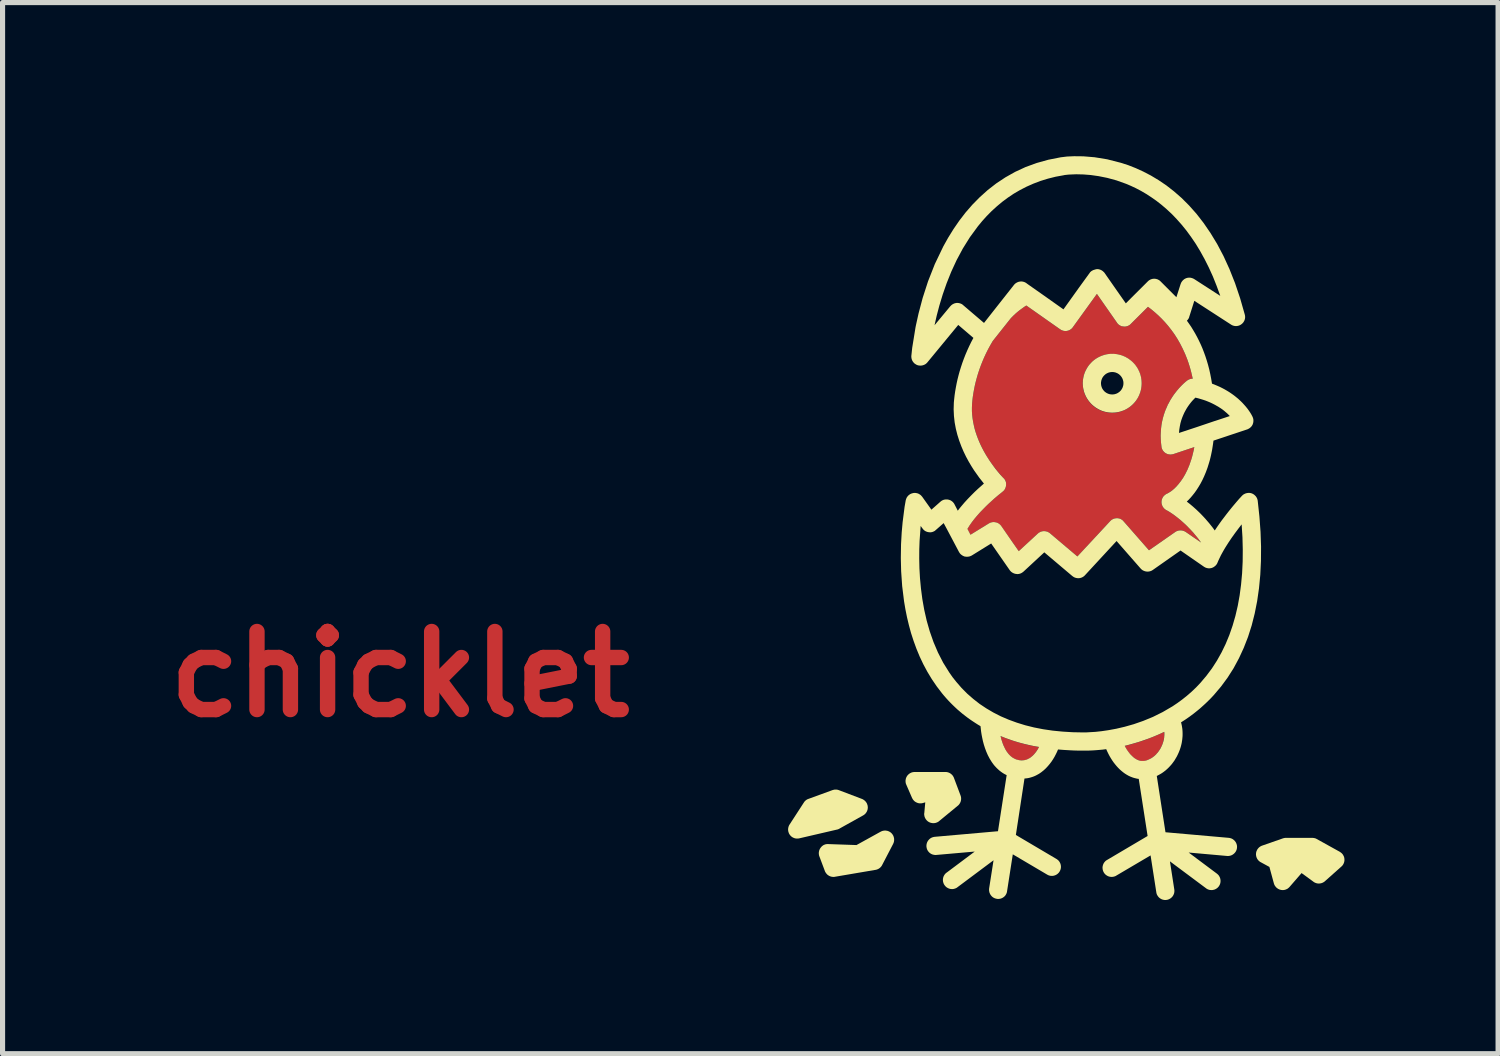
<source format=kicad_pcb>
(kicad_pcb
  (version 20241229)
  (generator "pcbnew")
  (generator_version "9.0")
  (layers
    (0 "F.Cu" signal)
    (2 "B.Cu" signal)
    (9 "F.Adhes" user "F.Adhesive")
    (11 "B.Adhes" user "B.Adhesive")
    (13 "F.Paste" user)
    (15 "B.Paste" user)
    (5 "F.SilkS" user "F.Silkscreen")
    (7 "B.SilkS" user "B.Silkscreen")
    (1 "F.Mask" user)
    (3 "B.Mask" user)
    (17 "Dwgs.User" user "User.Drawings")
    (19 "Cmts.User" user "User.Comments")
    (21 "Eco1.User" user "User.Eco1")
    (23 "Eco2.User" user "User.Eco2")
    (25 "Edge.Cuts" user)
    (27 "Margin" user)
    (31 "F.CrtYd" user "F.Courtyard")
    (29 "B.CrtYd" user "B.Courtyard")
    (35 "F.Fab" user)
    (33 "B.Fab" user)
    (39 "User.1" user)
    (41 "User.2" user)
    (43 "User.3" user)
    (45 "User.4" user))
  (footprint "chicklet"
    (layer "F.Cu")
    (at 17.461 8.844)
    (property "Reference" "chicklet" (at -12.7 1.27 0) (layer "F.Cu") (effects (font (size 1.524 1.524) (thickness 0.3))))
    (attr through_hole)
    (fp_poly (pts (xy -0.889 2.513) (xy -0.8 2.546) (xy -0.709 2.576) (xy -0.616 2.604) (xy -0.521 2.63) (xy -0.424 2.653) (xy -0.325 2.673) (xy -0.225 2.692) (xy -0.225 2.692) (xy -0.239 2.717) (xy -0.255 2.743) (xy -0.272 2.769) (xy -0.29 2.794) (xy -0.309 2.819) (xy -0.33 2.842) (xy -0.353 2.864) (xy -0.364 2.875) (xy -0.376 2.885) (xy -0.389 2.894) (xy -0.402 2.903) (xy -0.415 2.911) (xy -0.428 2.919) (xy -0.442 2.926) (xy -0.457 2.932) (xy -0.471 2.938) (xy -0.486 2.943) (xy -0.502 2.946) (xy -0.518 2.95) (xy -0.534 2.952) (xy -0.55 2.953) (xy -0.567 2.953) (xy -0.585 2.953) (xy -0.603 2.951) (xy -0.621 2.948) (xy -0.632 2.945) (xy -0.651 2.94) (xy -0.669 2.934) (xy -0.687 2.927) (xy -0.704 2.92) (xy -0.72 2.911) (xy -0.736 2.902) (xy -0.751 2.891) (xy -0.766 2.88) (xy -0.78 2.868) (xy -0.793 2.856) (xy -0.806 2.842) (xy -0.819 2.828) (xy -0.831 2.814) (xy -0.842 2.799) (xy -0.853 2.783) (xy -0.864 2.767) (xy -0.884 2.734) (xy -0.901 2.699) (xy -0.918 2.663) (xy -0.932 2.626) (xy -0.945 2.589) (xy -0.957 2.552) (xy -0.967 2.515) (xy -0.976 2.478)) (stroke (width 0) (type solid)) (fill yes) (layer "F.Cu"))
    (fp_poly (pts (xy 2.22 2.409) (xy 2.221 2.421) (xy 2.221 2.433) (xy 2.221 2.446) (xy 2.221 2.458) (xy 2.221 2.471) (xy 2.22 2.484) (xy 2.219 2.497) (xy 2.217 2.51) (xy 2.215 2.522) (xy 2.213 2.535) (xy 2.21 2.548) (xy 2.207 2.562) (xy 2.204 2.575) (xy 2.2 2.588) (xy 2.196 2.601) (xy 2.187 2.628) (xy 2.177 2.654) (xy 2.166 2.68) (xy 2.153 2.705) (xy 2.14 2.729) (xy 2.125 2.753) (xy 2.11 2.775) (xy 2.094 2.796) (xy 2.077 2.817) (xy 2.059 2.836) (xy 2.04 2.854) (xy 2.021 2.871) (xy 2.001 2.887) (xy 1.98 2.901) (xy 1.959 2.914) (xy 1.938 2.926) (xy 1.921 2.934) (xy 1.905 2.941) (xy 1.889 2.947) (xy 1.874 2.952) (xy 1.859 2.957) (xy 1.844 2.96) (xy 1.829 2.963) (xy 1.814 2.964) (xy 1.799 2.965) (xy 1.785 2.965) (xy 1.77 2.963) (xy 1.756 2.961) (xy 1.742 2.958) (xy 1.727 2.954) (xy 1.713 2.949) (xy 1.699 2.943) (xy 1.699 2.942) (xy 1.682 2.934) (xy 1.664 2.925) (xy 1.647 2.914) (xy 1.631 2.901) (xy 1.614 2.888) (xy 1.597 2.873) (xy 1.581 2.857) (xy 1.565 2.84) (xy 1.549 2.822) (xy 1.533 2.803) (xy 1.518 2.783) (xy 1.503 2.762) (xy 1.488 2.74) (xy 1.474 2.717) (xy 1.461 2.694) (xy 1.448 2.669) (xy 1.537 2.647) (xy 1.629 2.621) (xy 1.723 2.592) (xy 1.82 2.561) (xy 1.918 2.525) (xy 2.017 2.486) (xy 2.118 2.443) (xy 2.219 2.396)) (stroke (width 0) (type solid)) (fill yes) (layer "F.Cu"))
    (fp_poly (pts (xy 1.298 -5.593) (xy 1.303 -5.585) (xy 1.309 -5.577) (xy 1.316 -5.57) (xy 1.323 -5.564) (xy 1.33 -5.557) (xy 1.338 -5.551) (xy 1.345 -5.546) (xy 1.354 -5.541) (xy 1.362 -5.536) (xy 1.371 -5.532) (xy 1.38 -5.529) (xy 1.39 -5.526) (xy 1.399 -5.523) (xy 1.409 -5.521) (xy 1.419 -5.52) (xy 1.429 -5.519) (xy 1.438 -5.518) (xy 1.448 -5.518) (xy 1.458 -5.518) (xy 1.467 -5.519) (xy 1.477 -5.521) (xy 1.486 -5.523) (xy 1.495 -5.526) (xy 1.504 -5.529) (xy 1.513 -5.532) (xy 1.521 -5.536) (xy 1.53 -5.541) (xy 1.538 -5.546) (xy 1.546 -5.551) (xy 1.554 -5.557) (xy 1.561 -5.564) (xy 1.568 -5.571) (xy 1.902 -5.904) (xy 1.969 -5.853) (xy 2.036 -5.797) (xy 2.102 -5.738) (xy 2.168 -5.674) (xy 2.233 -5.605) (xy 2.296 -5.532) (xy 2.358 -5.453) (xy 2.418 -5.37) (xy 2.475 -5.281) (xy 2.529 -5.187) (xy 2.58 -5.087) (xy 2.628 -4.982) (xy 2.672 -4.871) (xy 2.711 -4.754) (xy 2.746 -4.63) (xy 2.776 -4.501) (xy 2.769 -4.5) (xy 2.762 -4.5) (xy 2.755 -4.499) (xy 2.748 -4.498) (xy 2.741 -4.497) (xy 2.734 -4.496) (xy 2.727 -4.494) (xy 2.721 -4.492) (xy 2.714 -4.49) (xy 2.707 -4.487) (xy 2.701 -4.485) (xy 2.694 -4.481) (xy 2.688 -4.478) (xy 2.682 -4.475) (xy 2.676 -4.471) (xy 2.67 -4.466) (xy 2.636 -4.44) (xy 2.564 -4.373) (xy 2.518 -4.325) (xy 2.468 -4.267) (xy 2.416 -4.2) (xy 2.363 -4.123) (xy 2.313 -4.036) (xy 2.266 -3.94) (xy 2.225 -3.835) (xy 2.207 -3.779) (xy 2.191 -3.721) (xy 2.177 -3.66) (xy 2.166 -3.597) (xy 2.158 -3.531) (xy 2.152 -3.464) (xy 2.15 -3.394) (xy 2.152 -3.322) (xy 2.157 -3.248) (xy 2.166 -3.171) (xy 2.167 -3.166) (xy 2.167 -3.161) (xy 2.169 -3.152) (xy 2.172 -3.143) (xy 2.175 -3.134) (xy 2.179 -3.125) (xy 2.183 -3.116) (xy 2.187 -3.108) (xy 2.193 -3.1) (xy 2.198 -3.092) (xy 2.204 -3.084) (xy 2.211 -3.077) (xy 2.217 -3.07) (xy 2.225 -3.063) (xy 2.232 -3.057) (xy 2.24 -3.051) (xy 2.249 -3.046) (xy 2.254 -3.043) (xy 2.26 -3.04) (xy 2.265 -3.037) (xy 2.271 -3.035) (xy 2.276 -3.032) (xy 2.282 -3.03) (xy 2.288 -3.028) (xy 2.293 -3.027) (xy 2.299 -3.025) (xy 2.305 -3.024) (xy 2.311 -3.023) (xy 2.317 -3.022) (xy 2.323 -3.021) (xy 2.33 -3.021) (xy 2.336 -3.02) (xy 2.342 -3.02) (xy 2.349 -3.02) (xy 2.356 -3.021) (xy 2.363 -3.022) (xy 2.37 -3.022) (xy 2.377 -3.024) (xy 2.385 -3.025) (xy 2.392 -3.027) (xy 2.4 -3.029) (xy 2.807 -3.165) (xy 2.794 -3.1) (xy 2.779 -3.037) (xy 2.764 -2.977) (xy 2.747 -2.92) (xy 2.729 -2.866) (xy 2.711 -2.815) (xy 2.692 -2.766) (xy 2.672 -2.721) (xy 2.651 -2.678) (xy 2.63 -2.637) (xy 2.608 -2.599) (xy 2.587 -2.563) (xy 2.565 -2.53) (xy 2.543 -2.499) (xy 2.522 -2.47) (xy 2.5 -2.444) (xy 2.479 -2.419) (xy 2.459 -2.397) (xy 2.438 -2.376) (xy 2.419 -2.357) (xy 2.382 -2.325) (xy 2.35 -2.3) (xy 2.322 -2.282) (xy 2.3 -2.269) (xy 2.285 -2.261) (xy 2.277 -2.257) (xy 2.265 -2.252) (xy 2.254 -2.245) (xy 2.243 -2.238) (xy 2.233 -2.23) (xy 2.223 -2.222) (xy 2.214 -2.213) (xy 2.206 -2.204) (xy 2.198 -2.194) (xy 2.191 -2.183) (xy 2.185 -2.172) (xy 2.18 -2.161) (xy 2.176 -2.149) (xy 2.172 -2.137) (xy 2.169 -2.124) (xy 2.167 -2.111) (xy 2.166 -2.098) (xy 2.166 -2.091) (xy 2.166 -2.085) (xy 2.166 -2.079) (xy 2.167 -2.072) (xy 2.168 -2.066) (xy 2.169 -2.06) (xy 2.17 -2.054) (xy 2.172 -2.048) (xy 2.173 -2.042) (xy 2.175 -2.036) (xy 2.177 -2.03) (xy 2.18 -2.024) (xy 2.182 -2.018) (xy 2.185 -2.012) (xy 2.188 -2.007) (xy 2.191 -2.001) (xy 2.194 -1.996) (xy 2.198 -1.991) (xy 2.202 -1.986) (xy 2.205 -1.981) (xy 2.209 -1.976) (xy 2.214 -1.971) (xy 2.218 -1.966) (xy 2.222 -1.962) (xy 2.227 -1.958) (xy 2.232 -1.954) (xy 2.237 -1.95) (xy 2.242 -1.946) (xy 2.247 -1.942) (xy 2.252 -1.939) (xy 2.257 -1.936) (xy 2.263 -1.933) (xy 2.28 -1.924) (xy 2.326 -1.897) (xy 2.395 -1.851) (xy 2.437 -1.82) (xy 2.483 -1.784) (xy 2.533 -1.744) (xy 2.586 -1.697) (xy 2.642 -1.646) (xy 2.699 -1.588) (xy 2.759 -1.525) (xy 2.819 -1.456) (xy 2.88 -1.382) (xy 2.94 -1.301) (xy 2.638 -1.509) (xy 2.636 -1.51) (xy 2.634 -1.512) (xy 2.632 -1.513) (xy 2.63 -1.514) (xy 2.628 -1.516) (xy 2.625 -1.517) (xy 2.621 -1.519) (xy 2.616 -1.521) (xy 2.611 -1.523) (xy 2.602 -1.526) (xy 2.594 -1.529) (xy 2.586 -1.532) (xy 2.578 -1.534) (xy 2.569 -1.536) (xy 2.561 -1.538) (xy 2.553 -1.539) (xy 2.544 -1.539) (xy 2.536 -1.539) (xy 2.528 -1.539) (xy 2.52 -1.539) (xy 2.511 -1.538) (xy 2.503 -1.536) (xy 2.495 -1.534) (xy 2.487 -1.532) (xy 2.479 -1.529) (xy 2.471 -1.526) (xy 2.453 -1.519) (xy 2.449 -1.516) (xy 2.447 -1.515) (xy 2.445 -1.514) (xy 2.443 -1.513) (xy 2.441 -1.512) (xy 2.439 -1.51) (xy 2.437 -1.509) (xy 1.922 -1.15) (xy 1.426 -1.716) (xy 1.423 -1.719) (xy 1.421 -1.723) (xy 1.417 -1.726) (xy 1.414 -1.729) (xy 1.411 -1.732) (xy 1.408 -1.735) (xy 1.404 -1.738) (xy 1.401 -1.74) (xy 1.397 -1.743) (xy 1.394 -1.746) (xy 1.39 -1.748) (xy 1.386 -1.75) (xy 1.382 -1.753) (xy 1.378 -1.755) (xy 1.374 -1.757) (xy 1.37 -1.759) (xy 1.366 -1.761) (xy 1.361 -1.763) (xy 1.357 -1.764) (xy 1.352 -1.766) (xy 1.348 -1.767) (xy 1.343 -1.769) (xy 1.339 -1.77) (xy 1.334 -1.771) (xy 1.329 -1.772) (xy 1.324 -1.773) (xy 1.32 -1.774) (xy 1.315 -1.774) (xy 1.31 -1.775) (xy 1.305 -1.775) (xy 1.3 -1.776) (xy 1.295 -1.776) (xy 1.287 -1.775) (xy 1.278 -1.775) (xy 1.269 -1.774) (xy 1.26 -1.772) (xy 1.251 -1.77) (xy 1.242 -1.767) (xy 1.233 -1.764) (xy 1.225 -1.761) (xy 1.216 -1.757) (xy 1.208 -1.753) (xy 1.199 -1.748) (xy 1.192 -1.743) (xy 1.184 -1.738) (xy 1.177 -1.732) (xy 1.171 -1.725) (xy 1.164 -1.718) (xy 0.96 -1.499) (xy 0.524 -1.029) (xy 0.468 -1.076) (xy -0.012 -1.482) (xy -0.019 -1.487) (xy -0.025 -1.492) (xy -0.032 -1.496) (xy -0.039 -1.5) (xy -0.046 -1.504) (xy -0.053 -1.507) (xy -0.061 -1.51) (xy -0.068 -1.513) (xy -0.076 -1.515) (xy -0.083 -1.517) (xy -0.091 -1.519) (xy -0.098 -1.52) (xy -0.106 -1.521) (xy -0.113 -1.522) (xy -0.121 -1.522) (xy -0.129 -1.522) (xy -0.133 -1.522) (xy -0.138 -1.522) (xy -0.143 -1.522) (xy -0.147 -1.521) (xy -0.152 -1.52) (xy -0.157 -1.52) (xy -0.161 -1.519) (xy -0.166 -1.518) (xy -0.17 -1.517) (xy -0.175 -1.516) (xy -0.179 -1.515) (xy -0.183 -1.513) (xy -0.188 -1.512) (xy -0.192 -1.51) (xy -0.196 -1.508) (xy -0.201 -1.507) (xy -0.207 -1.503) (xy -0.213 -1.5) (xy -0.219 -1.497) (xy -0.222 -1.495) (xy -0.226 -1.493) (xy -0.229 -1.491) (xy -0.231 -1.489) (xy -0.234 -1.487) (xy -0.237 -1.485) (xy -0.24 -1.483) (xy -0.243 -1.48) (xy -0.246 -1.478) (xy -0.248 -1.476) (xy -0.622 -1.131) (xy -0.745 -1.31) (xy -0.963 -1.623) (xy -0.969 -1.631) (xy -0.976 -1.639) (xy -0.982 -1.647) (xy -0.99 -1.653) (xy -0.997 -1.66) (xy -1.005 -1.666) (xy -1.013 -1.671) (xy -1.022 -1.676) (xy -1.03 -1.681) (xy -1.039 -1.685) (xy -1.048 -1.688) (xy -1.057 -1.691) (xy -1.067 -1.694) (xy -1.076 -1.696) (xy -1.086 -1.697) (xy -1.095 -1.699) (xy -1.102 -1.699) (xy -1.109 -1.699) (xy -1.116 -1.699) (xy -1.123 -1.699) (xy -1.13 -1.698) (xy -1.137 -1.698) (xy -1.143 -1.697) (xy -1.15 -1.695) (xy -1.157 -1.694) (xy -1.164 -1.692) (xy -1.17 -1.69) (xy -1.177 -1.687) (xy -1.183 -1.684) (xy -1.19 -1.681) (xy -1.196 -1.678) (xy -1.203 -1.674) (xy -1.564 -1.453) (xy -1.623 -1.566) (xy -1.622 -1.568) (xy -1.603 -1.601) (xy -1.582 -1.634) (xy -1.56 -1.667) (xy -1.536 -1.7) (xy -1.486 -1.765) (xy -1.432 -1.829) (xy -1.376 -1.891) (xy -1.319 -1.951) (xy -1.263 -2.008) (xy -1.207 -2.061) (xy -1.154 -2.111) (xy -1.104 -2.155) (xy -1.018 -2.228) (xy -0.96 -2.276) (xy -0.937 -2.294) (xy -0.929 -2.3) (xy -0.922 -2.306) (xy -0.915 -2.313) (xy -0.908 -2.32) (xy -0.902 -2.328) (xy -0.897 -2.335) (xy -0.892 -2.343) (xy -0.888 -2.352) (xy -0.884 -2.36) (xy -0.88 -2.369) (xy -0.877 -2.378) (xy -0.874 -2.387) (xy -0.872 -2.396) (xy -0.87 -2.406) (xy -0.869 -2.415) (xy -0.868 -2.425) (xy -0.868 -2.434) (xy -0.867 -2.444) (xy -0.868 -2.453) (xy -0.869 -2.463) (xy -0.87 -2.472) (xy -0.872 -2.481) (xy -0.875 -2.491) (xy -0.878 -2.499) (xy -0.882 -2.508) (xy -0.886 -2.517) (xy -0.89 -2.525) (xy -0.895 -2.533) (xy -0.901 -2.541) (xy -0.907 -2.548) (xy -0.913 -2.555) (xy -0.92 -2.561) (xy -0.951 -2.594) (xy -1.027 -2.681) (xy -1.132 -2.816) (xy -1.191 -2.9) (xy -1.251 -2.994) (xy -1.31 -3.097) (xy -1.366 -3.209) (xy -1.417 -3.328) (xy -1.462 -3.453) (xy -1.497 -3.585) (xy -1.511 -3.653) (xy -1.522 -3.723) (xy -1.53 -3.793) (xy -1.535 -3.864) (xy -1.535 -3.937) (xy -1.532 -4.01) (xy -1.526 -4.077) (xy -1.518 -4.145) (xy -1.507 -4.217) (xy -1.494 -4.29) (xy -1.479 -4.364) (xy -1.468 -4.41) (xy 0.629 -4.41) (xy 0.629 -4.38) (xy 0.632 -4.351) (xy 0.635 -4.322) (xy 0.64 -4.294) (xy 0.647 -4.266) (xy 0.654 -4.239) (xy 0.663 -4.212) (xy 0.674 -4.186) (xy 0.685 -4.161) (xy 0.698 -4.136) (xy 0.712 -4.112) (xy 0.727 -4.088) (xy 0.743 -4.066) (xy 0.76 -4.044) (xy 0.778 -4.023) (xy 0.797 -4.003) (xy 0.817 -3.984) (xy 0.837 -3.966) (xy 0.859 -3.949) (xy 0.882 -3.933) (xy 0.905 -3.918) (xy 0.929 -3.905) (xy 0.954 -3.892) (xy 0.979 -3.88) (xy 1.005 -3.87) (xy 1.032 -3.861) (xy 1.059 -3.853) (xy 1.087 -3.847) (xy 1.116 -3.842) (xy 1.144 -3.838) (xy 1.174 -3.836) (xy 1.203 -3.835) (xy 1.233 -3.836) (xy 1.262 -3.838) (xy 1.291 -3.842) (xy 1.319 -3.847) (xy 1.347 -3.854) (xy 1.375 -3.861) (xy 1.401 -3.87) (xy 1.427 -3.881) (xy 1.453 -3.892) (xy 1.478 -3.905) (xy 1.502 -3.919) (xy 1.525 -3.934) (xy 1.548 -3.95) (xy 1.569 -3.967) (xy 1.59 -3.985) (xy 1.61 -4.004) (xy 1.629 -4.024) (xy 1.647 -4.045) (xy 1.664 -4.067) (xy 1.68 -4.089) (xy 1.695 -4.113) (xy 1.709 -4.137) (xy 1.721 -4.162) (xy 1.733 -4.187) (xy 1.743 -4.213) (xy 1.752 -4.24) (xy 1.76 -4.267) (xy 1.766 -4.295) (xy 1.771 -4.323) (xy 1.775 -4.352) (xy 1.777 -4.381) (xy 1.778 -4.41) (xy 1.777 -4.44) (xy 1.775 -4.469) (xy 1.771 -4.497) (xy 1.766 -4.525) (xy 1.76 -4.553) (xy 1.752 -4.58) (xy 1.743 -4.607) (xy 1.733 -4.633) (xy 1.722 -4.659) (xy 1.709 -4.683) (xy 1.695 -4.707) (xy 1.68 -4.731) (xy 1.664 -4.753) (xy 1.647 -4.775) (xy 1.629 -4.796) (xy 1.61 -4.816) (xy 1.59 -4.835) (xy 1.57 -4.853) (xy 1.548 -4.87) (xy 1.525 -4.886) (xy 1.502 -4.901) (xy 1.478 -4.915) (xy 1.453 -4.928) (xy 1.428 -4.939) (xy 1.402 -4.95) (xy 1.375 -4.959) (xy 1.348 -4.967) (xy 1.32 -4.973) (xy 1.291 -4.978) (xy 1.262 -4.982) (xy 1.233 -4.984) (xy 1.203 -4.985) (xy 1.174 -4.984) (xy 1.145 -4.982) (xy 1.116 -4.978) (xy 1.088 -4.973) (xy 1.06 -4.967) (xy 1.033 -4.959) (xy 1.006 -4.95) (xy 0.98 -4.94) (xy 0.955 -4.928) (xy 0.93 -4.916) (xy 0.906 -4.902) (xy 0.883 -4.887) (xy 0.86 -4.871) (xy 0.838 -4.854) (xy 0.818 -4.836) (xy 0.798 -4.817) (xy 0.778 -4.797) (xy 0.76 -4.776) (xy 0.743 -4.754) (xy 0.727 -4.732) (xy 0.712 -4.708) (xy 0.698 -4.684) (xy 0.686 -4.66) (xy 0.674 -4.634) (xy 0.664 -4.608) (xy 0.655 -4.581) (xy 0.647 -4.554) (xy 0.64 -4.526) (xy 0.635 -4.498) (xy 0.632 -4.469) (xy 0.629 -4.44) (xy 0.629 -4.41) (xy -1.468 -4.41) (xy -1.461 -4.441) (xy -1.44 -4.518) (xy -1.417 -4.597) (xy -1.391 -4.677) (xy -1.362 -4.757) (xy -1.33 -4.837) (xy -1.296 -4.918) (xy -1.258 -4.998) (xy -1.218 -5.079) (xy -1.174 -5.158) (xy -1.128 -5.237) (xy -0.778 -5.678) (xy -0.764 -5.693) (xy -0.749 -5.708) (xy -0.734 -5.723) (xy -0.719 -5.738) (xy -0.704 -5.752) (xy -0.688 -5.767) (xy -0.672 -5.781) (xy -0.656 -5.795) (xy -0.634 -5.813) (xy -0.612 -5.831) (xy -0.589 -5.848) (xy -0.566 -5.866) (xy -0.543 -5.882) (xy -0.52 -5.898) (xy -0.497 -5.914) (xy -0.473 -5.929) (xy 0.187 -5.465) (xy 0.195 -5.46) (xy 0.203 -5.455) (xy 0.21 -5.451) (xy 0.218 -5.447) (xy 0.227 -5.444) (xy 0.235 -5.441) (xy 0.243 -5.438) (xy 0.251 -5.436) (xy 0.26 -5.434) (xy 0.268 -5.433) (xy 0.277 -5.432) (xy 0.285 -5.431) (xy 0.294 -5.431) (xy 0.303 -5.432) (xy 0.311 -5.432) (xy 0.319 -5.434) (xy 0.328 -5.435) (xy 0.336 -5.437) (xy 0.344 -5.439) (xy 0.352 -5.442) (xy 0.36 -5.445) (xy 0.368 -5.449) (xy 0.376 -5.453) (xy 0.383 -5.457) (xy 0.391 -5.462) (xy 0.398 -5.467) (xy 0.405 -5.472) (xy 0.411 -5.478) (xy 0.418 -5.484) (xy 0.424 -5.49) (xy 0.429 -5.497) (xy 0.435 -5.505) (xy 0.905 -6.156)) (stroke (width 0) (type solid)) (fill yes) (layer "F.Cu"))
    (fp_poly (pts (xy -0.889 2.513) (xy -0.8 2.546) (xy -0.709 2.576) (xy -0.616 2.604) (xy -0.521 2.63) (xy -0.424 2.653) (xy -0.325 2.673) (xy -0.225 2.692) (xy -0.225 2.692) (xy -0.239 2.717) (xy -0.255 2.743) (xy -0.272 2.769) (xy -0.29 2.794) (xy -0.309 2.819) (xy -0.33 2.842) (xy -0.353 2.864) (xy -0.364 2.875) (xy -0.376 2.885) (xy -0.389 2.894) (xy -0.402 2.903) (xy -0.415 2.911) (xy -0.428 2.919) (xy -0.442 2.926) (xy -0.457 2.932) (xy -0.471 2.938) (xy -0.486 2.943) (xy -0.502 2.946) (xy -0.518 2.95) (xy -0.534 2.952) (xy -0.55 2.953) (xy -0.567 2.953) (xy -0.585 2.953) (xy -0.603 2.951) (xy -0.621 2.948) (xy -0.632 2.945) (xy -0.651 2.94) (xy -0.669 2.934) (xy -0.687 2.927) (xy -0.704 2.92) (xy -0.72 2.911) (xy -0.736 2.902) (xy -0.751 2.891) (xy -0.766 2.88) (xy -0.78 2.868) (xy -0.793 2.856) (xy -0.806 2.842) (xy -0.819 2.828) (xy -0.831 2.814) (xy -0.842 2.799) (xy -0.853 2.783) (xy -0.864 2.767) (xy -0.884 2.734) (xy -0.901 2.699) (xy -0.918 2.663) (xy -0.932 2.626) (xy -0.945 2.589) (xy -0.957 2.552) (xy -0.967 2.515) (xy -0.976 2.478)) (stroke (width 0) (type solid)) (fill yes) (layer "F.Mask"))
    (fp_poly (pts (xy 2.22 2.409) (xy 2.221 2.421) (xy 2.221 2.433) (xy 2.221 2.446) (xy 2.221 2.458) (xy 2.221 2.471) (xy 2.22 2.484) (xy 2.219 2.497) (xy 2.217 2.51) (xy 2.215 2.522) (xy 2.213 2.535) (xy 2.21 2.548) (xy 2.207 2.562) (xy 2.204 2.575) (xy 2.2 2.588) (xy 2.196 2.601) (xy 2.187 2.628) (xy 2.177 2.654) (xy 2.166 2.68) (xy 2.153 2.705) (xy 2.14 2.729) (xy 2.125 2.753) (xy 2.11 2.775) (xy 2.094 2.796) (xy 2.077 2.817) (xy 2.059 2.836) (xy 2.04 2.854) (xy 2.021 2.871) (xy 2.001 2.887) (xy 1.98 2.901) (xy 1.959 2.914) (xy 1.938 2.926) (xy 1.921 2.934) (xy 1.905 2.941) (xy 1.889 2.947) (xy 1.874 2.952) (xy 1.859 2.957) (xy 1.844 2.96) (xy 1.829 2.963) (xy 1.814 2.964) (xy 1.799 2.965) (xy 1.785 2.965) (xy 1.77 2.963) (xy 1.756 2.961) (xy 1.742 2.958) (xy 1.727 2.954) (xy 1.713 2.949) (xy 1.699 2.943) (xy 1.699 2.942) (xy 1.682 2.934) (xy 1.664 2.925) (xy 1.647 2.914) (xy 1.631 2.901) (xy 1.614 2.888) (xy 1.597 2.873) (xy 1.581 2.857) (xy 1.565 2.84) (xy 1.549 2.822) (xy 1.533 2.803) (xy 1.518 2.783) (xy 1.503 2.762) (xy 1.488 2.74) (xy 1.474 2.717) (xy 1.461 2.694) (xy 1.448 2.669) (xy 1.537 2.647) (xy 1.629 2.621) (xy 1.723 2.592) (xy 1.82 2.561) (xy 1.918 2.525) (xy 2.017 2.486) (xy 2.118 2.443) (xy 2.219 2.396)) (stroke (width 0) (type solid)) (fill yes) (layer "F.Mask"))
    (fp_poly (pts (xy 1.298 -5.593) (xy 1.303 -5.585) (xy 1.309 -5.577) (xy 1.316 -5.57) (xy 1.323 -5.564) (xy 1.33 -5.557) (xy 1.338 -5.551) (xy 1.345 -5.546) (xy 1.354 -5.541) (xy 1.362 -5.536) (xy 1.371 -5.532) (xy 1.38 -5.529) (xy 1.39 -5.526) (xy 1.399 -5.523) (xy 1.409 -5.521) (xy 1.419 -5.52) (xy 1.429 -5.519) (xy 1.438 -5.518) (xy 1.448 -5.518) (xy 1.458 -5.518) (xy 1.467 -5.519) (xy 1.477 -5.521) (xy 1.486 -5.523) (xy 1.495 -5.526) (xy 1.504 -5.529) (xy 1.513 -5.532) (xy 1.521 -5.536) (xy 1.53 -5.541) (xy 1.538 -5.546) (xy 1.546 -5.551) (xy 1.554 -5.557) (xy 1.561 -5.564) (xy 1.568 -5.571) (xy 1.902 -5.904) (xy 1.969 -5.853) (xy 2.036 -5.797) (xy 2.102 -5.738) (xy 2.168 -5.674) (xy 2.233 -5.605) (xy 2.296 -5.532) (xy 2.358 -5.453) (xy 2.418 -5.37) (xy 2.475 -5.281) (xy 2.529 -5.187) (xy 2.58 -5.087) (xy 2.628 -4.982) (xy 2.672 -4.871) (xy 2.711 -4.754) (xy 2.746 -4.63) (xy 2.776 -4.501) (xy 2.769 -4.5) (xy 2.762 -4.5) (xy 2.755 -4.499) (xy 2.748 -4.498) (xy 2.741 -4.497) (xy 2.734 -4.496) (xy 2.727 -4.494) (xy 2.721 -4.492) (xy 2.714 -4.49) (xy 2.707 -4.487) (xy 2.701 -4.485) (xy 2.694 -4.481) (xy 2.688 -4.478) (xy 2.682 -4.475) (xy 2.676 -4.471) (xy 2.67 -4.466) (xy 2.636 -4.44) (xy 2.564 -4.373) (xy 2.518 -4.325) (xy 2.468 -4.267) (xy 2.416 -4.2) (xy 2.363 -4.123) (xy 2.313 -4.036) (xy 2.266 -3.94) (xy 2.225 -3.835) (xy 2.207 -3.779) (xy 2.191 -3.721) (xy 2.177 -3.66) (xy 2.166 -3.597) (xy 2.158 -3.531) (xy 2.152 -3.464) (xy 2.15 -3.394) (xy 2.152 -3.322) (xy 2.157 -3.248) (xy 2.166 -3.171) (xy 2.167 -3.166) (xy 2.167 -3.161) (xy 2.169 -3.152) (xy 2.172 -3.143) (xy 2.175 -3.134) (xy 2.179 -3.125) (xy 2.183 -3.116) (xy 2.187 -3.108) (xy 2.193 -3.1) (xy 2.198 -3.092) (xy 2.204 -3.084) (xy 2.211 -3.077) (xy 2.217 -3.07) (xy 2.225 -3.063) (xy 2.232 -3.057) (xy 2.24 -3.051) (xy 2.249 -3.046) (xy 2.254 -3.043) (xy 2.26 -3.04) (xy 2.265 -3.037) (xy 2.271 -3.035) (xy 2.276 -3.032) (xy 2.282 -3.03) (xy 2.288 -3.028) (xy 2.293 -3.027) (xy 2.299 -3.025) (xy 2.305 -3.024) (xy 2.311 -3.023) (xy 2.317 -3.022) (xy 2.323 -3.021) (xy 2.33 -3.021) (xy 2.336 -3.02) (xy 2.342 -3.02) (xy 2.349 -3.02) (xy 2.356 -3.021) (xy 2.363 -3.022) (xy 2.37 -3.022) (xy 2.377 -3.024) (xy 2.385 -3.025) (xy 2.392 -3.027) (xy 2.4 -3.029) (xy 2.807 -3.165) (xy 2.794 -3.1) (xy 2.779 -3.037) (xy 2.764 -2.977) (xy 2.747 -2.92) (xy 2.729 -2.866) (xy 2.711 -2.815) (xy 2.692 -2.766) (xy 2.672 -2.721) (xy 2.651 -2.678) (xy 2.63 -2.637) (xy 2.608 -2.599) (xy 2.587 -2.563) (xy 2.565 -2.53) (xy 2.543 -2.499) (xy 2.522 -2.47) (xy 2.5 -2.444) (xy 2.479 -2.419) (xy 2.459 -2.397) (xy 2.438 -2.376) (xy 2.419 -2.357) (xy 2.382 -2.325) (xy 2.35 -2.3) (xy 2.322 -2.282) (xy 2.3 -2.269) (xy 2.285 -2.261) (xy 2.277 -2.257) (xy 2.265 -2.252) (xy 2.254 -2.245) (xy 2.243 -2.238) (xy 2.233 -2.23) (xy 2.223 -2.222) (xy 2.214 -2.213) (xy 2.206 -2.204) (xy 2.198 -2.194) (xy 2.191 -2.183) (xy 2.185 -2.172) (xy 2.18 -2.161) (xy 2.176 -2.149) (xy 2.172 -2.137) (xy 2.169 -2.124) (xy 2.167 -2.111) (xy 2.166 -2.098) (xy 2.166 -2.091) (xy 2.166 -2.085) (xy 2.166 -2.079) (xy 2.167 -2.072) (xy 2.168 -2.066) (xy 2.169 -2.06) (xy 2.17 -2.054) (xy 2.172 -2.048) (xy 2.173 -2.042) (xy 2.175 -2.036) (xy 2.177 -2.03) (xy 2.18 -2.024) (xy 2.182 -2.018) (xy 2.185 -2.012) (xy 2.188 -2.007) (xy 2.191 -2.001) (xy 2.194 -1.996) (xy 2.198 -1.991) (xy 2.202 -1.986) (xy 2.205 -1.981) (xy 2.209 -1.976) (xy 2.214 -1.971) (xy 2.218 -1.966) (xy 2.222 -1.962) (xy 2.227 -1.958) (xy 2.232 -1.954) (xy 2.237 -1.95) (xy 2.242 -1.946) (xy 2.247 -1.942) (xy 2.252 -1.939) (xy 2.257 -1.936) (xy 2.263 -1.933) (xy 2.28 -1.924) (xy 2.326 -1.897) (xy 2.395 -1.851) (xy 2.437 -1.82) (xy 2.483 -1.784) (xy 2.533 -1.744) (xy 2.586 -1.697) (xy 2.642 -1.646) (xy 2.699 -1.588) (xy 2.759 -1.525) (xy 2.819 -1.456) (xy 2.88 -1.382) (xy 2.94 -1.301) (xy 2.638 -1.509) (xy 2.636 -1.51) (xy 2.634 -1.512) (xy 2.632 -1.513) (xy 2.63 -1.514) (xy 2.628 -1.516) (xy 2.625 -1.517) (xy 2.621 -1.519) (xy 2.616 -1.521) (xy 2.611 -1.523) (xy 2.602 -1.526) (xy 2.594 -1.529) (xy 2.586 -1.532) (xy 2.578 -1.534) (xy 2.569 -1.536) (xy 2.561 -1.538) (xy 2.553 -1.539) (xy 2.544 -1.539) (xy 2.536 -1.539) (xy 2.528 -1.539) (xy 2.52 -1.539) (xy 2.511 -1.538) (xy 2.503 -1.536) (xy 2.495 -1.534) (xy 2.487 -1.532) (xy 2.479 -1.529) (xy 2.471 -1.526) (xy 2.453 -1.519) (xy 2.449 -1.516) (xy 2.447 -1.515) (xy 2.445 -1.514) (xy 2.443 -1.513) (xy 2.441 -1.512) (xy 2.439 -1.51) (xy 2.437 -1.509) (xy 1.922 -1.15) (xy 1.426 -1.716) (xy 1.423 -1.719) (xy 1.421 -1.723) (xy 1.417 -1.726) (xy 1.414 -1.729) (xy 1.411 -1.732) (xy 1.408 -1.735) (xy 1.404 -1.738) (xy 1.401 -1.74) (xy 1.397 -1.743) (xy 1.394 -1.746) (xy 1.39 -1.748) (xy 1.386 -1.75) (xy 1.382 -1.753) (xy 1.378 -1.755) (xy 1.374 -1.757) (xy 1.37 -1.759) (xy 1.366 -1.761) (xy 1.361 -1.763) (xy 1.357 -1.764) (xy 1.352 -1.766) (xy 1.348 -1.767) (xy 1.343 -1.769) (xy 1.339 -1.77) (xy 1.334 -1.771) (xy 1.329 -1.772) (xy 1.324 -1.773) (xy 1.32 -1.774) (xy 1.315 -1.774) (xy 1.31 -1.775) (xy 1.305 -1.775) (xy 1.3 -1.776) (xy 1.295 -1.776) (xy 1.287 -1.775) (xy 1.278 -1.775) (xy 1.269 -1.774) (xy 1.26 -1.772) (xy 1.251 -1.77) (xy 1.242 -1.767) (xy 1.233 -1.764) (xy 1.225 -1.761) (xy 1.216 -1.757) (xy 1.208 -1.753) (xy 1.199 -1.748) (xy 1.192 -1.743) (xy 1.184 -1.738) (xy 1.177 -1.732) (xy 1.171 -1.725) (xy 1.164 -1.718) (xy 0.96 -1.499) (xy 0.524 -1.029) (xy 0.468 -1.076) (xy -0.012 -1.482) (xy -0.019 -1.487) (xy -0.025 -1.492) (xy -0.032 -1.496) (xy -0.039 -1.5) (xy -0.046 -1.504) (xy -0.053 -1.507) (xy -0.061 -1.51) (xy -0.068 -1.513) (xy -0.076 -1.515) (xy -0.083 -1.517) (xy -0.091 -1.519) (xy -0.098 -1.52) (xy -0.106 -1.521) (xy -0.113 -1.522) (xy -0.121 -1.522) (xy -0.129 -1.522) (xy -0.133 -1.522) (xy -0.138 -1.522) (xy -0.143 -1.522) (xy -0.147 -1.521) (xy -0.152 -1.52) (xy -0.157 -1.52) (xy -0.161 -1.519) (xy -0.166 -1.518) (xy -0.17 -1.517) (xy -0.175 -1.516) (xy -0.179 -1.515) (xy -0.183 -1.513) (xy -0.188 -1.512) (xy -0.192 -1.51) (xy -0.196 -1.508) (xy -0.201 -1.507) (xy -0.207 -1.503) (xy -0.213 -1.5) (xy -0.219 -1.497) (xy -0.222 -1.495) (xy -0.226 -1.493) (xy -0.229 -1.491) (xy -0.231 -1.489) (xy -0.234 -1.487) (xy -0.237 -1.485) (xy -0.24 -1.483) (xy -0.243 -1.48) (xy -0.246 -1.478) (xy -0.248 -1.476) (xy -0.622 -1.131) (xy -0.745 -1.31) (xy -0.963 -1.623) (xy -0.969 -1.631) (xy -0.976 -1.639) (xy -0.982 -1.647) (xy -0.99 -1.653) (xy -0.997 -1.66) (xy -1.005 -1.666) (xy -1.013 -1.671) (xy -1.022 -1.676) (xy -1.03 -1.681) (xy -1.039 -1.685) (xy -1.048 -1.688) (xy -1.057 -1.691) (xy -1.067 -1.694) (xy -1.076 -1.696) (xy -1.086 -1.697) (xy -1.095 -1.699) (xy -1.102 -1.699) (xy -1.109 -1.699) (xy -1.116 -1.699) (xy -1.123 -1.699) (xy -1.13 -1.698) (xy -1.137 -1.698) (xy -1.143 -1.697) (xy -1.15 -1.695) (xy -1.157 -1.694) (xy -1.164 -1.692) (xy -1.17 -1.69) (xy -1.177 -1.687) (xy -1.183 -1.684) (xy -1.19 -1.681) (xy -1.196 -1.678) (xy -1.203 -1.674) (xy -1.564 -1.453) (xy -1.623 -1.566) (xy -1.622 -1.568) (xy -1.603 -1.601) (xy -1.582 -1.634) (xy -1.56 -1.667) (xy -1.536 -1.7) (xy -1.486 -1.765) (xy -1.432 -1.829) (xy -1.376 -1.891) (xy -1.319 -1.951) (xy -1.263 -2.008) (xy -1.207 -2.061) (xy -1.154 -2.111) (xy -1.104 -2.155) (xy -1.018 -2.228) (xy -0.96 -2.276) (xy -0.937 -2.294) (xy -0.929 -2.3) (xy -0.922 -2.306) (xy -0.915 -2.313) (xy -0.908 -2.32) (xy -0.902 -2.328) (xy -0.897 -2.335) (xy -0.892 -2.343) (xy -0.888 -2.352) (xy -0.884 -2.36) (xy -0.88 -2.369) (xy -0.877 -2.378) (xy -0.874 -2.387) (xy -0.872 -2.396) (xy -0.87 -2.406) (xy -0.869 -2.415) (xy -0.868 -2.425) (xy -0.868 -2.434) (xy -0.867 -2.444) (xy -0.868 -2.453) (xy -0.869 -2.463) (xy -0.87 -2.472) (xy -0.872 -2.481) (xy -0.875 -2.491) (xy -0.878 -2.499) (xy -0.882 -2.508) (xy -0.886 -2.517) (xy -0.89 -2.525) (xy -0.895 -2.533) (xy -0.901 -2.541) (xy -0.907 -2.548) (xy -0.913 -2.555) (xy -0.92 -2.561) (xy -0.951 -2.594) (xy -1.027 -2.681) (xy -1.132 -2.816) (xy -1.191 -2.9) (xy -1.251 -2.994) (xy -1.31 -3.097) (xy -1.366 -3.209) (xy -1.417 -3.328) (xy -1.462 -3.453) (xy -1.497 -3.585) (xy -1.511 -3.653) (xy -1.522 -3.723) (xy -1.53 -3.793) (xy -1.535 -3.864) (xy -1.535 -3.937) (xy -1.532 -4.01) (xy -1.526 -4.077) (xy -1.518 -4.145) (xy -1.507 -4.217) (xy -1.494 -4.29) (xy -1.479 -4.364) (xy -1.468 -4.41) (xy 0.629 -4.41) (xy 0.629 -4.38) (xy 0.632 -4.351) (xy 0.635 -4.322) (xy 0.64 -4.294) (xy 0.647 -4.266) (xy 0.654 -4.239) (xy 0.663 -4.212) (xy 0.674 -4.186) (xy 0.685 -4.161) (xy 0.698 -4.136) (xy 0.712 -4.112) (xy 0.727 -4.088) (xy 0.743 -4.066) (xy 0.76 -4.044) (xy 0.778 -4.023) (xy 0.797 -4.003) (xy 0.817 -3.984) (xy 0.837 -3.966) (xy 0.859 -3.949) (xy 0.882 -3.933) (xy 0.905 -3.918) (xy 0.929 -3.905) (xy 0.954 -3.892) (xy 0.979 -3.88) (xy 1.005 -3.87) (xy 1.032 -3.861) (xy 1.059 -3.853) (xy 1.087 -3.847) (xy 1.116 -3.842) (xy 1.144 -3.838) (xy 1.174 -3.836) (xy 1.203 -3.835) (xy 1.233 -3.836) (xy 1.262 -3.838) (xy 1.291 -3.842) (xy 1.319 -3.847) (xy 1.347 -3.854) (xy 1.375 -3.861) (xy 1.401 -3.87) (xy 1.427 -3.881) (xy 1.453 -3.892) (xy 1.478 -3.905) (xy 1.502 -3.919) (xy 1.525 -3.934) (xy 1.548 -3.95) (xy 1.569 -3.967) (xy 1.59 -3.985) (xy 1.61 -4.004) (xy 1.629 -4.024) (xy 1.647 -4.045) (xy 1.664 -4.067) (xy 1.68 -4.089) (xy 1.695 -4.113) (xy 1.709 -4.137) (xy 1.721 -4.162) (xy 1.733 -4.187) (xy 1.743 -4.213) (xy 1.752 -4.24) (xy 1.76 -4.267) (xy 1.766 -4.295) (xy 1.771 -4.323) (xy 1.775 -4.352) (xy 1.777 -4.381) (xy 1.778 -4.41) (xy 1.777 -4.44) (xy 1.775 -4.469) (xy 1.771 -4.497) (xy 1.766 -4.525) (xy 1.76 -4.553) (xy 1.752 -4.58) (xy 1.743 -4.607) (xy 1.733 -4.633) (xy 1.722 -4.659) (xy 1.709 -4.683) (xy 1.695 -4.707) (xy 1.68 -4.731) (xy 1.664 -4.753) (xy 1.647 -4.775) (xy 1.629 -4.796) (xy 1.61 -4.816) (xy 1.59 -4.835) (xy 1.57 -4.853) (xy 1.548 -4.87) (xy 1.525 -4.886) (xy 1.502 -4.901) (xy 1.478 -4.915) (xy 1.453 -4.928) (xy 1.428 -4.939) (xy 1.402 -4.95) (xy 1.375 -4.959) (xy 1.348 -4.967) (xy 1.32 -4.973) (xy 1.291 -4.978) (xy 1.262 -4.982) (xy 1.233 -4.984) (xy 1.203 -4.985) (xy 1.174 -4.984) (xy 1.145 -4.982) (xy 1.116 -4.978) (xy 1.088 -4.973) (xy 1.06 -4.967) (xy 1.033 -4.959) (xy 1.006 -4.95) (xy 0.98 -4.94) (xy 0.955 -4.928) (xy 0.93 -4.916) (xy 0.906 -4.902) (xy 0.883 -4.887) (xy 0.86 -4.871) (xy 0.838 -4.854) (xy 0.818 -4.836) (xy 0.798 -4.817) (xy 0.778 -4.797) (xy 0.76 -4.776) (xy 0.743 -4.754) (xy 0.727 -4.732) (xy 0.712 -4.708) (xy 0.698 -4.684) (xy 0.686 -4.66) (xy 0.674 -4.634) (xy 0.664 -4.608) (xy 0.655 -4.581) (xy 0.647 -4.554) (xy 0.64 -4.526) (xy 0.635 -4.498) (xy 0.632 -4.469) (xy 0.629 -4.44) (xy 0.629 -4.41) (xy -1.468 -4.41) (xy -1.461 -4.441) (xy -1.44 -4.518) (xy -1.417 -4.597) (xy -1.391 -4.677) (xy -1.362 -4.757) (xy -1.33 -4.837) (xy -1.296 -4.918) (xy -1.258 -4.998) (xy -1.218 -5.079) (xy -1.174 -5.158) (xy -1.128 -5.237) (xy -0.778 -5.678) (xy -0.764 -5.693) (xy -0.749 -5.708) (xy -0.734 -5.723) (xy -0.719 -5.738) (xy -0.704 -5.752) (xy -0.688 -5.767) (xy -0.672 -5.781) (xy -0.656 -5.795) (xy -0.634 -5.813) (xy -0.612 -5.831) (xy -0.589 -5.848) (xy -0.566 -5.866) (xy -0.543 -5.882) (xy -0.52 -5.898) (xy -0.497 -5.914) (xy -0.473 -5.929) (xy 0.187 -5.465) (xy 0.195 -5.46) (xy 0.203 -5.455) (xy 0.21 -5.451) (xy 0.218 -5.447) (xy 0.227 -5.444) (xy 0.235 -5.441) (xy 0.243 -5.438) (xy 0.251 -5.436) (xy 0.26 -5.434) (xy 0.268 -5.433) (xy 0.277 -5.432) (xy 0.285 -5.431) (xy 0.294 -5.431) (xy 0.303 -5.432) (xy 0.311 -5.432) (xy 0.319 -5.434) (xy 0.328 -5.435) (xy 0.336 -5.437) (xy 0.344 -5.439) (xy 0.352 -5.442) (xy 0.36 -5.445) (xy 0.368 -5.449) (xy 0.376 -5.453) (xy 0.383 -5.457) (xy 0.391 -5.462) (xy 0.398 -5.467) (xy 0.405 -5.472) (xy 0.411 -5.478) (xy 0.418 -5.484) (xy 0.424 -5.49) (xy 0.429 -5.497) (xy 0.435 -5.505) (xy 0.905 -6.156)) (stroke (width 0) (type solid)) (fill yes) (layer "F.Mask"))
    (fp_poly (pts (xy -3.222 4.322) (xy -3.208 4.324) (xy -3.194 4.326) (xy -3.18 4.329) (xy -3.167 4.334) (xy -3.154 4.339) (xy -3.142 4.346) (xy -3.129 4.354) (xy -3.118 4.362) (xy -3.107 4.372) (xy -3.108 4.372) (xy -3.102 4.377) (xy -3.097 4.383) (xy -3.093 4.388) (xy -3.088 4.394) (xy -3.084 4.4) (xy -3.08 4.406) (xy -3.077 4.412) (xy -3.073 4.418) (xy -3.07 4.424) (xy -3.067 4.431) (xy -3.063 4.444) (xy -3.059 4.457) (xy -3.056 4.471) (xy -3.054 4.485) (xy -3.054 4.499) (xy -3.054 4.513) (xy -3.056 4.527) (xy -3.057 4.534) (xy -3.058 4.541) (xy -3.06 4.548) (xy -3.062 4.555) (xy -3.065 4.562) (xy -3.067 4.568) (xy -3.07 4.575) (xy -3.073 4.582) (xy -3.288 4.995) (xy -3.293 5.004) (xy -3.298 5.013) (xy -3.304 5.021) (xy -3.311 5.029) (xy -3.318 5.037) (xy -3.325 5.044) (xy -3.333 5.051) (xy -3.341 5.057) (xy -3.349 5.063) (xy -3.358 5.068) (xy -3.367 5.073) (xy -3.376 5.077) (xy -3.386 5.081) (xy -3.395 5.084) (xy -3.405 5.087) (xy -3.416 5.089) (xy -4.209 5.224) (xy -4.213 5.225) (xy -4.217 5.226) (xy -4.221 5.226) (xy -4.224 5.226) (xy -4.228 5.227) (xy -4.232 5.227) (xy -4.236 5.227) (xy -4.239 5.227) (xy -4.253 5.226) (xy -4.266 5.225) (xy -4.28 5.222) (xy -4.292 5.219) (xy -4.305 5.214) (xy -4.317 5.209) (xy -4.329 5.203) (xy -4.34 5.195) (xy -4.351 5.188) (xy -4.361 5.179) (xy -4.37 5.169) (xy -4.379 5.159) (xy -4.387 5.148) (xy -4.394 5.137) (xy -4.401 5.125) (xy -4.406 5.112) (xy -4.513 4.827) (xy -4.517 4.816) (xy -4.52 4.806) (xy -4.522 4.795) (xy -4.523 4.784) (xy -4.524 4.773) (xy -4.525 4.762) (xy -4.524 4.752) (xy -4.523 4.741) (xy -4.521 4.73) (xy -4.519 4.719) (xy -4.516 4.709) (xy -4.512 4.699) (xy -4.508 4.689) (xy -4.503 4.679) (xy -4.497 4.669) (xy -4.491 4.66) (xy -4.484 4.651) (xy -4.477 4.643) (xy -4.47 4.635) (xy -4.462 4.627) (xy -4.454 4.621) (xy -4.445 4.614) (xy -4.441 4.611) (xy -4.436 4.608) (xy -4.432 4.606) (xy -4.427 4.603) (xy -4.422 4.601) (xy -4.417 4.599) (xy -4.412 4.597) (xy -4.407 4.595) (xy -4.402 4.593) (xy -4.397 4.592) (xy -4.392 4.59) (xy -4.386 4.589) (xy -4.381 4.588) (xy -4.375 4.587) (xy -4.37 4.587) (xy -4.364 4.586) (xy -4.358 4.586) (xy -4.352 4.586) (xy -4.346 4.586) (xy -4.34 4.586) (xy -3.789 4.605) (xy -3.317 4.344) (xy -3.304 4.338) (xy -3.291 4.332) (xy -3.277 4.328) (xy -3.263 4.325) (xy -3.25 4.323) (xy -3.236 4.322)) (stroke (width 0) (type solid)) (fill yes) (layer "F.SilkS"))
    (fp_poly (pts (xy -4.187 3.522) (xy -4.179 3.522) (xy -4.171 3.523) (xy -4.164 3.524) (xy -4.156 3.526) (xy -4.148 3.528) (xy -4.141 3.53) (xy -4.133 3.533) (xy -3.683 3.704) (xy -3.671 3.709) (xy -3.66 3.715) (xy -3.649 3.722) (xy -3.639 3.729) (xy -3.629 3.737) (xy -3.62 3.746) (xy -3.611 3.755) (xy -3.604 3.764) (xy -3.596 3.775) (xy -3.59 3.785) (xy -3.584 3.796) (xy -3.58 3.808) (xy -3.576 3.82) (xy -3.572 3.832) (xy -3.57 3.845) (xy -3.569 3.858) (xy -3.568 3.864) (xy -3.568 3.871) (xy -3.568 3.877) (xy -3.569 3.883) (xy -3.569 3.89) (xy -3.57 3.896) (xy -3.571 3.902) (xy -3.572 3.908) (xy -3.573 3.914) (xy -3.575 3.92) (xy -3.577 3.926) (xy -3.579 3.932) (xy -3.581 3.938) (xy -3.584 3.944) (xy -3.586 3.949) (xy -3.589 3.955) (xy -3.592 3.96) (xy -3.596 3.966) (xy -3.599 3.971) (xy -3.603 3.976) (xy -3.606 3.981) (xy -3.61 3.986) (xy -3.614 3.99) (xy -3.619 3.995) (xy -3.623 3.999) (xy -3.628 4.004) (xy -3.633 4.008) (xy -3.638 4.012) (xy -3.643 4.016) (xy -3.648 4.019) (xy -3.654 4.023) (xy -3.659 4.026) (xy -4.12 4.283) (xy -4.12 4.284) (xy -4.122 4.285) (xy -4.125 4.287) (xy -4.128 4.288) (xy -4.131 4.29) (xy -4.137 4.292) (xy -4.143 4.295) (xy -4.149 4.297) (xy -4.154 4.299) (xy -4.16 4.301) (xy -4.166 4.302) (xy -4.906 4.474) (xy -4.911 4.475) (xy -4.916 4.476) (xy -4.921 4.476) (xy -4.926 4.477) (xy -4.931 4.478) (xy -4.937 4.478) (xy -4.942 4.478) (xy -4.947 4.478) (xy -4.957 4.478) (xy -4.968 4.477) (xy -4.978 4.476) (xy -4.989 4.473) (xy -4.999 4.471) (xy -5.009 4.467) (xy -5.018 4.463) (xy -5.028 4.459) (xy -5.037 4.454) (xy -5.046 4.448) (xy -5.055 4.442) (xy -5.063 4.435) (xy -5.071 4.428) (xy -5.078 4.42) (xy -5.085 4.412) (xy -5.092 4.403) (xy -5.099 4.392) (xy -5.106 4.38) (xy -5.111 4.368) (xy -5.115 4.355) (xy -5.119 4.343) (xy -5.122 4.33) (xy -5.123 4.317) (xy -5.124 4.304) (xy -5.124 4.291) (xy -5.122 4.278) (xy -5.12 4.265) (xy -5.117 4.252) (xy -5.113 4.24) (xy -5.108 4.227) (xy -5.102 4.215) (xy -5.095 4.204) (xy -4.816 3.774) (xy -4.812 3.768) (xy -4.808 3.762) (xy -4.804 3.757) (xy -4.799 3.751) (xy -4.794 3.746) (xy -4.789 3.741) (xy -4.784 3.736) (xy -4.778 3.732) (xy -4.773 3.727) (xy -4.767 3.723) (xy -4.761 3.719) (xy -4.755 3.716) (xy -4.748 3.712) (xy -4.742 3.709) (xy -4.735 3.706) (xy -4.728 3.704) (xy -4.257 3.532) (xy -4.249 3.53) (xy -4.242 3.528) (xy -4.234 3.526) (xy -4.226 3.524) (xy -4.219 3.523) (xy -4.211 3.522) (xy -4.203 3.522) (xy -4.195 3.522)) (stroke (width 0) (type solid)) (fill yes) (layer "F.SilkS"))
    (fp_poly (pts (xy -2.039 3.179) (xy -2.025 3.18) (xy -2.012 3.183) (xy -1.999 3.186) (xy -1.987 3.191) (xy -1.974 3.196) (xy -1.963 3.203) (xy -1.951 3.21) (xy -1.941 3.218) (xy -1.931 3.227) (xy -1.921 3.236) (xy -1.913 3.246) (xy -1.905 3.257) (xy -1.898 3.269) (xy -1.891 3.281) (xy -1.886 3.294) (xy -1.757 3.637) (xy -1.753 3.65) (xy -1.749 3.664) (xy -1.747 3.678) (xy -1.746 3.692) (xy -1.746 3.705) (xy -1.747 3.719) (xy -1.749 3.732) (xy -1.752 3.746) (xy -1.756 3.759) (xy -1.761 3.771) (xy -1.767 3.784) (xy -1.774 3.795) (xy -1.782 3.807) (xy -1.79 3.817) (xy -1.8 3.828) (xy -1.811 3.837) (xy -2.175 4.137) (xy -2.181 4.142) (xy -2.187 4.147) (xy -2.194 4.151) (xy -2.201 4.155) (xy -2.207 4.158) (xy -2.214 4.162) (xy -2.221 4.165) (xy -2.229 4.167) (xy -2.236 4.17) (xy -2.243 4.172) (xy -2.251 4.174) (xy -2.258 4.175) (xy -2.266 4.176) (xy -2.273 4.177) (xy -2.281 4.177) (xy -2.288 4.178) (xy -2.294 4.177) (xy -2.299 4.177) (xy -2.304 4.177) (xy -2.31 4.176) (xy -2.315 4.175) (xy -2.32 4.175) (xy -2.326 4.173) (xy -2.331 4.172) (xy -2.336 4.171) (xy -2.341 4.169) (xy -2.347 4.168) (xy -2.352 4.166) (xy -2.357 4.164) (xy -2.362 4.162) (xy -2.367 4.159) (xy -2.372 4.157) (xy -2.378 4.154) (xy -2.383 4.15) (xy -2.389 4.147) (xy -2.394 4.143) (xy -2.4 4.139) (xy -2.405 4.135) (xy -2.409 4.13) (xy -2.414 4.126) (xy -2.419 4.121) (xy -2.423 4.116) (xy -2.427 4.111) (xy -2.431 4.106) (xy -2.435 4.101) (xy -2.439 4.095) (xy -2.442 4.09) (xy -2.445 4.084) (xy -2.448 4.078) (xy -2.451 4.073) (xy -2.453 4.067) (xy -2.456 4.061) (xy -2.458 4.055) (xy -2.46 4.048) (xy -2.462 4.042) (xy -2.463 4.036) (xy -2.464 4.029) (xy -2.465 4.023) (xy -2.466 4.016) (xy -2.467 4.01) (xy -2.467 4.003) (xy -2.467 3.996) (xy -2.467 3.99) (xy -2.466 3.983) (xy -2.465 3.983) (xy -2.446 3.771) (xy -2.491 3.784) (xy -2.499 3.786) (xy -2.507 3.788) (xy -2.515 3.789) (xy -2.523 3.79) (xy -2.531 3.791) (xy -2.539 3.791) (xy -2.548 3.791) (xy -2.556 3.791) (xy -2.563 3.79) (xy -2.571 3.789) (xy -2.587 3.785) (xy -2.602 3.78) (xy -2.616 3.774) (xy -2.63 3.767) (xy -2.643 3.759) (xy -2.656 3.749) (xy -2.662 3.744) (xy -2.667 3.738) (xy -2.673 3.732) (xy -2.678 3.726) (xy -2.683 3.72) (xy -2.688 3.713) (xy -2.692 3.707) (xy -2.696 3.699) (xy -2.7 3.692) (xy -2.704 3.685) (xy -2.816 3.427) (xy -2.82 3.417) (xy -2.824 3.407) (xy -2.827 3.396) (xy -2.829 3.385) (xy -2.83 3.374) (xy -2.831 3.363) (xy -2.831 3.352) (xy -2.831 3.341) (xy -2.829 3.331) (xy -2.827 3.32) (xy -2.825 3.309) (xy -2.822 3.298) (xy -2.818 3.288) (xy -2.813 3.278) (xy -2.808 3.268) (xy -2.802 3.258) (xy -2.799 3.254) (xy -2.796 3.249) (xy -2.789 3.241) (xy -2.781 3.232) (xy -2.773 3.225) (xy -2.765 3.218) (xy -2.756 3.211) (xy -2.747 3.205) (xy -2.738 3.2) (xy -2.728 3.195) (xy -2.718 3.19) (xy -2.707 3.187) (xy -2.697 3.184) (xy -2.686 3.181) (xy -2.675 3.18) (xy -2.664 3.179) (xy -2.653 3.178) (xy -2.053 3.178)) (stroke (width 0) (type solid)) (fill yes) (layer "F.SilkS"))
    (fp_poly (pts (xy 5.117 4.465) (xy 5.122 4.465) (xy 5.128 4.466) (xy 5.134 4.466) (xy 5.139 4.467) (xy 5.145 4.468) (xy 5.15 4.469) (xy 5.156 4.47) (xy 5.161 4.472) (xy 5.167 4.473) (xy 5.172 4.475) (xy 5.177 4.477) (xy 5.182 4.479) (xy 5.187 4.482) (xy 5.193 4.484) (xy 5.197 4.487) (xy 5.648 4.737) (xy 5.647 4.737) (xy 5.656 4.743) (xy 5.665 4.749) (xy 5.673 4.755) (xy 5.681 4.762) (xy 5.689 4.769) (xy 5.696 4.777) (xy 5.703 4.785) (xy 5.709 4.794) (xy 5.714 4.803) (xy 5.719 4.812) (xy 5.724 4.822) (xy 5.728 4.831) (xy 5.731 4.841) (xy 5.734 4.852) (xy 5.736 4.862) (xy 5.737 4.873) (xy 5.738 4.884) (xy 5.738 4.894) (xy 5.738 4.905) (xy 5.737 4.915) (xy 5.735 4.926) (xy 5.733 4.936) (xy 5.73 4.946) (xy 5.726 4.956) (xy 5.722 4.966) (xy 5.718 4.975) (xy 5.712 4.985) (xy 5.707 4.993) (xy 5.7 5.002) (xy 5.694 5.01) (xy 5.686 5.018) (xy 5.678 5.025) (xy 5.357 5.311) (xy 5.351 5.316) (xy 5.345 5.321) (xy 5.339 5.325) (xy 5.332 5.329) (xy 5.326 5.333) (xy 5.319 5.337) (xy 5.305 5.343) (xy 5.291 5.348) (xy 5.277 5.352) (xy 5.262 5.354) (xy 5.247 5.356) (xy 5.232 5.356) (xy 5.218 5.355) (xy 5.203 5.353) (xy 5.188 5.349) (xy 5.174 5.344) (xy 5.167 5.341) (xy 5.16 5.338) (xy 5.154 5.335) (xy 5.147 5.331) (xy 5.14 5.327) (xy 5.134 5.322) (xy 4.901 5.152) (xy 4.666 5.423) (xy 4.659 5.43) (xy 4.652 5.437) (xy 4.645 5.443) (xy 4.637 5.449) (xy 4.63 5.455) (xy 4.622 5.46) (xy 4.613 5.464) (xy 4.605 5.468) (xy 4.596 5.472) (xy 4.587 5.475) (xy 4.578 5.478) (xy 4.569 5.48) (xy 4.56 5.482) (xy 4.55 5.483) (xy 4.541 5.484) (xy 4.532 5.484) (xy 4.526 5.484) (xy 4.522 5.484) (xy 4.517 5.483) (xy 4.512 5.483) (xy 4.507 5.482) (xy 4.502 5.481) (xy 4.497 5.48) (xy 4.492 5.479) (xy 4.48 5.476) (xy 4.469 5.472) (xy 4.458 5.467) (xy 4.447 5.462) (xy 4.437 5.456) (xy 4.427 5.449) (xy 4.418 5.442) (xy 4.409 5.434) (xy 4.4 5.425) (xy 4.393 5.416) (xy 4.386 5.407) (xy 4.379 5.397) (xy 4.373 5.386) (xy 4.368 5.375) (xy 4.364 5.364) (xy 4.36 5.352) (xy 4.273 5.032) (xy 4.104 4.94) (xy 4.092 4.934) (xy 4.082 4.926) (xy 4.072 4.918) (xy 4.062 4.909) (xy 4.054 4.9) (xy 4.046 4.89) (xy 4.039 4.88) (xy 4.032 4.869) (xy 4.027 4.857) (xy 4.022 4.846) (xy 4.018 4.833) (xy 4.015 4.821) (xy 4.013 4.808) (xy 4.011 4.796) (xy 4.011 4.783) (xy 4.012 4.77) (xy 4.012 4.763) (xy 4.013 4.757) (xy 4.014 4.75) (xy 4.016 4.744) (xy 4.017 4.738) (xy 4.019 4.732) (xy 4.021 4.725) (xy 4.024 4.719) (xy 4.029 4.708) (xy 4.034 4.697) (xy 4.041 4.686) (xy 4.049 4.675) (xy 4.057 4.666) (xy 4.061 4.661) (xy 4.065 4.657) (xy 4.07 4.652) (xy 4.075 4.648) (xy 4.08 4.644) (xy 4.085 4.64) (xy 4.09 4.637) (xy 4.095 4.633) (xy 4.101 4.63) (xy 4.107 4.627) (xy 4.112 4.624) (xy 4.118 4.621) (xy 4.124 4.619) (xy 4.131 4.616) (xy 4.538 4.474) (xy 4.545 4.472) (xy 4.552 4.47) (xy 4.56 4.469) (xy 4.567 4.467) (xy 4.574 4.466) (xy 4.582 4.465) (xy 4.589 4.465) (xy 4.597 4.465) (xy 5.111 4.465)) (stroke (width 0) (type solid)) (fill yes) (layer "F.SilkS"))
    (fp_poly (pts (xy 1.234 -4.986) (xy 1.263 -4.983) (xy 1.292 -4.98) (xy 1.32 -4.975) (xy 1.348 -4.968) (xy 1.375 -4.961) (xy 1.402 -4.952) (xy 1.428 -4.941) (xy 1.454 -4.93) (xy 1.478 -4.917) (xy 1.503 -4.903) (xy 1.526 -4.888) (xy 1.548 -4.872) (xy 1.57 -4.855) (xy 1.591 -4.837) (xy 1.611 -4.818) (xy 1.63 -4.798) (xy 1.648 -4.778) (xy 1.665 -4.756) (xy 1.681 -4.733) (xy 1.696 -4.71) (xy 1.71 -4.686) (xy 1.722 -4.661) (xy 1.734 -4.636) (xy 1.744 -4.61) (xy 1.753 -4.583) (xy 1.761 -4.556) (xy 1.767 -4.528) (xy 1.772 -4.499) (xy 1.776 -4.471) (xy 1.778 -4.441) (xy 1.779 -4.412) (xy 1.778 -4.382) (xy 1.776 -4.353) (xy 1.772 -4.324) (xy 1.767 -4.296) (xy 1.761 -4.268) (xy 1.753 -4.24) (xy 1.744 -4.214) (xy 1.734 -4.188) (xy 1.722 -4.162) (xy 1.71 -4.137) (xy 1.696 -4.113) (xy 1.681 -4.09) (xy 1.665 -4.067) (xy 1.648 -4.046) (xy 1.63 -4.025) (xy 1.611 -4.005) (xy 1.591 -3.986) (xy 1.57 -3.968) (xy 1.549 -3.951) (xy 1.526 -3.935) (xy 1.503 -3.92) (xy 1.479 -3.906) (xy 1.454 -3.893) (xy 1.429 -3.882) (xy 1.402 -3.872) (xy 1.376 -3.863) (xy 1.348 -3.855) (xy 1.32 -3.849) (xy 1.292 -3.844) (xy 1.263 -3.84) (xy 1.234 -3.838) (xy 1.204 -3.837) (xy 1.175 -3.838) (xy 1.146 -3.84) (xy 1.117 -3.844) (xy 1.089 -3.849) (xy 1.061 -3.855) (xy 1.034 -3.863) (xy 1.007 -3.872) (xy 0.981 -3.882) (xy 0.956 -3.894) (xy 0.931 -3.907) (xy 0.907 -3.921) (xy 0.883 -3.936) (xy 0.861 -3.952) (xy 0.839 -3.969) (xy 0.818 -3.987) (xy 0.798 -4.006) (xy 0.779 -4.026) (xy 0.761 -4.047) (xy 0.744 -4.068) (xy 0.728 -4.091) (xy 0.713 -4.114) (xy 0.699 -4.138) (xy 0.686 -4.163) (xy 0.675 -4.189) (xy 0.664 -4.215) (xy 0.655 -4.241) (xy 0.648 -4.269) (xy 0.641 -4.296) (xy 0.636 -4.324) (xy 0.632 -4.353) (xy 0.63 -4.382) (xy 0.629 -4.412) (xy 0.985 -4.412) (xy 0.985 -4.4) (xy 0.986 -4.389) (xy 0.988 -4.378) (xy 0.989 -4.367) (xy 0.992 -4.356) (xy 0.995 -4.346) (xy 0.998 -4.336) (xy 1.002 -4.326) (xy 1.006 -4.316) (xy 1.011 -4.307) (xy 1.016 -4.298) (xy 1.022 -4.289) (xy 1.028 -4.28) (xy 1.035 -4.272) (xy 1.042 -4.264) (xy 1.049 -4.256) (xy 1.056 -4.249) (xy 1.064 -4.242) (xy 1.073 -4.236) (xy 1.081 -4.23) (xy 1.09 -4.224) (xy 1.099 -4.219) (xy 1.109 -4.214) (xy 1.118 -4.21) (xy 1.128 -4.206) (xy 1.139 -4.202) (xy 1.149 -4.199) (xy 1.16 -4.197) (xy 1.17 -4.195) (xy 1.182 -4.194) (xy 1.193 -4.193) (xy 1.204 -4.193) (xy 1.216 -4.193) (xy 1.227 -4.194) (xy 1.238 -4.195) (xy 1.249 -4.197) (xy 1.259 -4.2) (xy 1.27 -4.203) (xy 1.28 -4.206) (xy 1.29 -4.21) (xy 1.3 -4.215) (xy 1.309 -4.219) (xy 1.318 -4.225) (xy 1.327 -4.231) (xy 1.336 -4.237) (xy 1.344 -4.243) (xy 1.352 -4.25) (xy 1.359 -4.257) (xy 1.367 -4.265) (xy 1.374 -4.273) (xy 1.38 -4.281) (xy 1.386 -4.29) (xy 1.392 -4.299) (xy 1.397 -4.308) (xy 1.402 -4.318) (xy 1.406 -4.327) (xy 1.41 -4.337) (xy 1.413 -4.347) (xy 1.416 -4.358) (xy 1.419 -4.368) (xy 1.421 -4.379) (xy 1.422 -4.39) (xy 1.423 -4.401) (xy 1.423 -4.412) (xy 1.423 -4.423) (xy 1.422 -4.434) (xy 1.421 -4.445) (xy 1.419 -4.455) (xy 1.416 -4.466) (xy 1.413 -4.476) (xy 1.41 -4.486) (xy 1.406 -4.496) (xy 1.402 -4.506) (xy 1.397 -4.515) (xy 1.392 -4.524) (xy 1.386 -4.533) (xy 1.38 -4.542) (xy 1.374 -4.55) (xy 1.367 -4.558) (xy 1.359 -4.566) (xy 1.352 -4.573) (xy 1.344 -4.58) (xy 1.336 -4.587) (xy 1.327 -4.593) (xy 1.318 -4.599) (xy 1.309 -4.604) (xy 1.3 -4.609) (xy 1.29 -4.613) (xy 1.28 -4.617) (xy 1.27 -4.621) (xy 1.259 -4.624) (xy 1.249 -4.626) (xy 1.238 -4.628) (xy 1.227 -4.63) (xy 1.216 -4.63) (xy 1.204 -4.631) (xy 1.193 -4.63) (xy 1.182 -4.63) (xy 1.171 -4.628) (xy 1.161 -4.626) (xy 1.15 -4.624) (xy 1.14 -4.621) (xy 1.13 -4.618) (xy 1.12 -4.614) (xy 1.11 -4.609) (xy 1.101 -4.605) (xy 1.091 -4.599) (xy 1.082 -4.594) (xy 1.074 -4.588) (xy 1.066 -4.581) (xy 1.058 -4.574) (xy 1.05 -4.567) (xy 1.043 -4.559) (xy 1.036 -4.552) (xy 1.029 -4.543) (xy 1.023 -4.535) (xy 1.017 -4.526) (xy 1.012 -4.517) (xy 1.007 -4.507) (xy 1.003 -4.497) (xy 0.999 -4.487) (xy 0.995 -4.477) (xy 0.992 -4.467) (xy 0.99 -4.456) (xy 0.988 -4.445) (xy 0.986 -4.434) (xy 0.985 -4.423) (xy 0.985 -4.412) (xy 0.629 -4.412) (xy 0.63 -4.441) (xy 0.632 -4.47) (xy 0.636 -4.499) (xy 0.641 -4.527) (xy 0.647 -4.555) (xy 0.655 -4.582) (xy 0.664 -4.609) (xy 0.674 -4.635) (xy 0.686 -4.66) (xy 0.699 -4.685) (xy 0.712 -4.709) (xy 0.727 -4.732) (xy 0.743 -4.755) (xy 0.76 -4.777) (xy 0.778 -4.797) (xy 0.797 -4.817) (xy 0.817 -4.837) (xy 0.838 -4.855) (xy 0.86 -4.872) (xy 0.882 -4.888) (xy 0.906 -4.903) (xy 0.93 -4.917) (xy 0.955 -4.929) (xy 0.98 -4.941) (xy 1.006 -4.951) (xy 1.033 -4.96) (xy 1.06 -4.968) (xy 1.088 -4.975) (xy 1.116 -4.98) (xy 1.145 -4.983) (xy 1.174 -4.986) (xy 1.204 -4.986)) (stroke (width 0) (type solid)) (fill yes) (layer "F.SilkS"))
    (fp_poly (pts (xy 0.642 -8.842) (xy 0.859 -8.824) (xy 1.105 -8.784) (xy 1.375 -8.715) (xy 1.517 -8.669) (xy 1.662 -8.612) (xy 1.809 -8.545) (xy 1.959 -8.467) (xy 2.109 -8.377) (xy 2.26 -8.275) (xy 2.41 -8.158) (xy 2.559 -8.028) (xy 2.705 -7.882) (xy 2.849 -7.72) (xy 2.988 -7.541) (xy 3.123 -7.344) (xy 3.253 -7.13) (xy 3.377 -6.895) (xy 3.493 -6.641) (xy 3.602 -6.366) (xy 3.702 -6.069) (xy 3.793 -5.75) (xy 3.794 -5.743) (xy 3.796 -5.737) (xy 3.797 -5.73) (xy 3.798 -5.723) (xy 3.798 -5.716) (xy 3.799 -5.71) (xy 3.799 -5.703) (xy 3.799 -5.696) (xy 3.798 -5.69) (xy 3.797 -5.683) (xy 3.797 -5.677) (xy 3.795 -5.67) (xy 3.794 -5.664) (xy 3.792 -5.658) (xy 3.79 -5.651) (xy 3.788 -5.645) (xy 3.786 -5.639) (xy 3.783 -5.633) (xy 3.78 -5.627) (xy 3.777 -5.621) (xy 3.774 -5.616) (xy 3.77 -5.61) (xy 3.767 -5.605) (xy 3.763 -5.599) (xy 3.759 -5.594) (xy 3.754 -5.589) (xy 3.75 -5.584) (xy 3.745 -5.579) (xy 3.74 -5.575) (xy 3.735 -5.57) (xy 3.73 -5.566) (xy 3.724 -5.562) (xy 3.713 -5.554) (xy 3.702 -5.548) (xy 3.69 -5.542) (xy 3.678 -5.537) (xy 3.665 -5.534) (xy 3.653 -5.531) (xy 3.64 -5.529) (xy 3.627 -5.528) (xy 3.614 -5.528) (xy 3.601 -5.529) (xy 3.588 -5.531) (xy 3.575 -5.534) (xy 3.562 -5.538) (xy 3.549 -5.543) (xy 3.537 -5.549) (xy 3.525 -5.556) (xy 2.807 -6.021) (xy 2.707 -5.705) (xy 2.706 -5.699) (xy 2.704 -5.694) (xy 2.702 -5.689) (xy 2.7 -5.684) (xy 2.697 -5.679) (xy 2.695 -5.675) (xy 2.692 -5.67) (xy 2.689 -5.666) (xy 2.686 -5.661) (xy 2.683 -5.657) (xy 2.68 -5.653) (xy 2.677 -5.649) (xy 2.673 -5.645) (xy 2.67 -5.641) (xy 2.666 -5.637) (xy 2.662 -5.633) (xy 2.704 -5.574) (xy 2.746 -5.513) (xy 2.785 -5.449) (xy 2.824 -5.383) (xy 2.861 -5.315) (xy 2.897 -5.244) (xy 2.931 -5.172) (xy 2.964 -5.096) (xy 2.994 -5.019) (xy 3.023 -4.939) (xy 3.05 -4.856) (xy 3.075 -4.771) (xy 3.098 -4.683) (xy 3.118 -4.593) (xy 3.136 -4.5) (xy 3.152 -4.404) (xy 3.206 -4.383) (xy 3.258 -4.361) (xy 3.308 -4.339) (xy 3.356 -4.315) (xy 3.401 -4.291) (xy 3.444 -4.266) (xy 3.485 -4.241) (xy 3.524 -4.215) (xy 3.561 -4.189) (xy 3.596 -4.163) (xy 3.629 -4.136) (xy 3.661 -4.11) (xy 3.69 -4.083) (xy 3.718 -4.057) (xy 3.743 -4.032) (xy 3.767 -4.006) (xy 3.81 -3.958) (xy 3.847 -3.912) (xy 3.877 -3.87) (xy 3.901 -3.834) (xy 3.92 -3.802) (xy 3.933 -3.778) (xy 3.946 -3.752) (xy 3.949 -3.743) (xy 3.952 -3.735) (xy 3.955 -3.726) (xy 3.957 -3.717) (xy 3.959 -3.708) (xy 3.96 -3.699) (xy 3.96 -3.69) (xy 3.961 -3.681) (xy 3.96 -3.671) (xy 3.96 -3.662) (xy 3.959 -3.653) (xy 3.957 -3.644) (xy 3.955 -3.634) (xy 3.952 -3.625) (xy 3.949 -3.616) (xy 3.946 -3.607) (xy 3.942 -3.598) (xy 3.937 -3.59) (xy 3.933 -3.583) (xy 3.927 -3.575) (xy 3.922 -3.568) (xy 3.916 -3.561) (xy 3.909 -3.554) (xy 3.902 -3.548) (xy 3.895 -3.542) (xy 3.888 -3.536) (xy 3.88 -3.531) (xy 3.872 -3.526) (xy 3.864 -3.522) (xy 3.856 -3.517) (xy 3.847 -3.513) (xy 3.838 -3.51) (xy 3.181 -3.291) (xy 3.173 -3.231) (xy 3.164 -3.172) (xy 3.155 -3.115) (xy 3.144 -3.06) (xy 3.133 -3.007) (xy 3.121 -2.955) (xy 3.108 -2.904) (xy 3.094 -2.856) (xy 3.065 -2.763) (xy 3.033 -2.676) (xy 2.999 -2.595) (xy 2.964 -2.52) (xy 2.927 -2.45) (xy 2.889 -2.386) (xy 2.851 -2.327) (xy 2.812 -2.272) (xy 2.773 -2.223) (xy 2.735 -2.178) (xy 2.697 -2.137) (xy 2.66 -2.101) (xy 2.719 -2.055) (xy 2.782 -2.002) (xy 2.848 -1.943) (xy 2.917 -1.877) (xy 2.952 -1.841) (xy 2.988 -1.803) (xy 3.024 -1.764) (xy 3.06 -1.722) (xy 3.097 -1.679) (xy 3.133 -1.634) (xy 3.17 -1.587) (xy 3.206 -1.537) (xy 3.251 -1.604) (xy 3.297 -1.67) (xy 3.342 -1.733) (xy 3.388 -1.793) (xy 3.432 -1.851) (xy 3.475 -1.906) (xy 3.516 -1.957) (xy 3.555 -2.005) (xy 3.625 -2.088) (xy 3.681 -2.153) (xy 3.72 -2.195) (xy 3.738 -2.215) (xy 3.747 -2.223) (xy 3.756 -2.231) (xy 3.766 -2.239) (xy 3.777 -2.245) (xy 3.788 -2.251) (xy 3.799 -2.256) (xy 3.811 -2.261) (xy 3.823 -2.264) (xy 3.835 -2.267) (xy 3.848 -2.269) (xy 3.86 -2.27) (xy 3.873 -2.271) (xy 3.885 -2.27) (xy 3.898 -2.269) (xy 3.91 -2.266) (xy 3.923 -2.263) (xy 3.935 -2.258) (xy 3.947 -2.253) (xy 3.958 -2.247) (xy 3.968 -2.24) (xy 3.979 -2.232) (xy 3.988 -2.224) (xy 3.997 -2.215) (xy 4.006 -2.206) (xy 4.013 -2.196) (xy 4.02 -2.186) (xy 4.026 -2.175) (xy 4.032 -2.164) (xy 4.036 -2.152) (xy 4.04 -2.14) (xy 4.043 -2.128) (xy 4.045 -2.115) (xy 4.078 -1.808) (xy 4.1 -1.51) (xy 4.11 -1.221) (xy 4.108 -0.941) (xy 4.095 -0.671) (xy 4.07 -0.41) (xy 4.034 -0.158) (xy 3.986 0.084) (xy 3.927 0.317) (xy 3.856 0.54) (xy 3.773 0.753) (xy 3.679 0.957) (xy 3.574 1.152) (xy 3.457 1.336) (xy 3.328 1.511) (xy 3.188 1.676) (xy 3.15 1.717) (xy 3.112 1.757) (xy 3.073 1.795) (xy 3.034 1.833) (xy 2.995 1.869) (xy 2.955 1.905) (xy 2.916 1.94) (xy 2.876 1.973) (xy 2.835 2.006) (xy 2.795 2.038) (xy 2.713 2.099) (xy 2.631 2.156) (xy 2.548 2.209) (xy 2.555 2.238) (xy 2.562 2.268) (xy 2.567 2.298) (xy 2.572 2.328) (xy 2.575 2.358) (xy 2.577 2.389) (xy 2.578 2.42) (xy 2.578 2.452) (xy 2.577 2.483) (xy 2.574 2.515) (xy 2.571 2.546) (xy 2.566 2.578) (xy 2.561 2.61) (xy 2.554 2.641) (xy 2.546 2.673) (xy 2.537 2.704) (xy 2.522 2.749) (xy 2.505 2.792) (xy 2.486 2.834) (xy 2.466 2.875) (xy 2.443 2.914) (xy 2.42 2.953) (xy 2.394 2.989) (xy 2.367 3.025) (xy 2.338 3.058) (xy 2.308 3.09) (xy 2.277 3.12) (xy 2.244 3.149) (xy 2.21 3.175) (xy 2.175 3.2) (xy 2.138 3.222) (xy 2.101 3.242) (xy 2.1 3.243) (xy 2.098 3.244) (xy 2.097 3.245) (xy 2.095 3.246) (xy 2.093 3.247) (xy 2.092 3.248) (xy 2.089 3.249) (xy 2.085 3.251) (xy 2.082 3.252) (xy 2.076 3.254) (xy 2.074 3.254) (xy 2.244 4.355) (xy 3.479 4.464) (xy 3.479 4.464) (xy 3.488 4.465) (xy 3.497 4.467) (xy 3.506 4.469) (xy 3.514 4.471) (xy 3.523 4.474) (xy 3.531 4.477) (xy 3.539 4.48) (xy 3.547 4.484) (xy 3.554 4.488) (xy 3.561 4.493) (xy 3.568 4.498) (xy 3.575 4.503) (xy 3.582 4.509) (xy 3.588 4.515) (xy 3.594 4.521) (xy 3.599 4.527) (xy 3.605 4.534) (xy 3.61 4.541) (xy 3.614 4.548) (xy 3.619 4.555) (xy 3.623 4.563) (xy 3.626 4.571) (xy 3.63 4.579) (xy 3.632 4.587) (xy 3.635 4.595) (xy 3.637 4.604) (xy 3.639 4.612) (xy 3.64 4.621) (xy 3.641 4.63) (xy 3.641 4.639) (xy 3.641 4.648) (xy 3.64 4.657) (xy 3.639 4.666) (xy 3.638 4.675) (xy 3.636 4.684) (xy 3.633 4.692) (xy 3.631 4.701) (xy 3.627 4.709) (xy 3.624 4.717) (xy 3.62 4.724) (xy 3.616 4.732) (xy 3.611 4.739) (xy 3.606 4.746) (xy 3.601 4.753) (xy 3.595 4.759) (xy 3.59 4.765) (xy 3.583 4.771) (xy 3.577 4.777) (xy 3.57 4.782) (xy 3.563 4.787) (xy 3.556 4.792) (xy 3.549 4.796) (xy 3.541 4.8) (xy 3.533 4.804) (xy 3.526 4.807) (xy 3.517 4.81) (xy 3.509 4.812) (xy 3.501 4.814) (xy 3.492 4.816) (xy 3.483 4.817) (xy 3.474 4.818) (xy 3.465 4.819) (xy 3.456 4.819) (xy 3.447 4.818) (xy 2.697 4.751) (xy 3.248 5.163) (xy 3.255 5.169) (xy 3.262 5.175) (xy 3.268 5.181) (xy 3.275 5.188) (xy 3.28 5.194) (xy 3.286 5.201) (xy 3.29 5.209) (xy 3.295 5.216) (xy 3.299 5.224) (xy 3.303 5.231) (xy 3.306 5.239) (xy 3.309 5.247) (xy 3.312 5.255) (xy 3.314 5.264) (xy 3.316 5.272) (xy 3.317 5.281) (xy 3.318 5.289) (xy 3.319 5.298) (xy 3.319 5.306) (xy 3.319 5.315) (xy 3.318 5.323) (xy 3.317 5.332) (xy 3.316 5.34) (xy 3.314 5.349) (xy 3.312 5.357) (xy 3.309 5.365) (xy 3.306 5.374) (xy 3.302 5.382) (xy 3.298 5.39) (xy 3.294 5.397) (xy 3.289 5.405) (xy 3.284 5.413) (xy 3.277 5.421) (xy 3.27 5.429) (xy 3.262 5.437) (xy 3.254 5.444) (xy 3.246 5.45) (xy 3.237 5.456) (xy 3.229 5.461) (xy 3.219 5.466) (xy 3.21 5.47) (xy 3.201 5.474) (xy 3.191 5.477) (xy 3.181 5.479) (xy 3.171 5.481) (xy 3.161 5.483) (xy 3.151 5.484) (xy 3.141 5.484) (xy 3.134 5.484) (xy 3.127 5.483) (xy 3.12 5.483) (xy 3.113 5.482) (xy 3.106 5.481) (xy 3.099 5.479) (xy 3.092 5.477) (xy 3.086 5.475) (xy 3.079 5.473) (xy 3.072 5.47) (xy 3.066 5.467) (xy 3.059 5.464) (xy 3.053 5.46) (xy 3.047 5.457) (xy 3.041 5.453) (xy 3.035 5.448) (xy 2.331 4.923) (xy 2.416 5.472) (xy 2.417 5.481) (xy 2.418 5.49) (xy 2.418 5.499) (xy 2.418 5.508) (xy 2.417 5.517) (xy 2.416 5.526) (xy 2.415 5.534) (xy 2.413 5.543) (xy 2.411 5.551) (xy 2.408 5.559) (xy 2.405 5.567) (xy 2.401 5.575) (xy 2.398 5.583) (xy 2.393 5.59) (xy 2.389 5.598) (xy 2.384 5.605) (xy 2.379 5.611) (xy 2.373 5.618) (xy 2.367 5.624) (xy 2.361 5.63) (xy 2.355 5.636) (xy 2.348 5.641) (xy 2.341 5.646) (xy 2.334 5.651) (xy 2.326 5.655) (xy 2.319 5.659) (xy 2.311 5.663) (xy 2.303 5.666) (xy 2.294 5.669) (xy 2.286 5.672) (xy 2.277 5.674) (xy 2.268 5.675) (xy 2.266 5.676) (xy 2.264 5.676) (xy 2.262 5.676) (xy 2.261 5.677) (xy 2.259 5.677) (xy 2.257 5.677) (xy 2.254 5.677) (xy 2.25 5.678) (xy 2.247 5.678) (xy 2.24 5.678) (xy 2.232 5.678) (xy 2.224 5.677) (xy 2.216 5.676) (xy 2.208 5.675) (xy 2.201 5.673) (xy 2.193 5.671) (xy 2.186 5.669) (xy 2.178 5.667) (xy 2.171 5.664) (xy 2.164 5.66) (xy 2.157 5.657) (xy 2.15 5.653) (xy 2.144 5.649) (xy 2.137 5.645) (xy 2.131 5.64) (xy 2.125 5.635) (xy 2.119 5.63) (xy 2.114 5.625) (xy 2.108 5.619) (xy 2.103 5.613) (xy 2.099 5.607) (xy 2.094 5.601) (xy 2.09 5.594) (xy 2.086 5.588) (xy 2.082 5.581) (xy 2.078 5.574) (xy 2.075 5.566) (xy 2.072 5.559) (xy 2.07 5.551) (xy 2.068 5.543) (xy 2.066 5.535) (xy 2.065 5.527) (xy 1.953 4.807) (xy 1.283 5.202) (xy 1.278 5.205) (xy 1.273 5.208) (xy 1.267 5.211) (xy 1.262 5.213) (xy 1.256 5.215) (xy 1.25 5.217) (xy 1.245 5.219) (xy 1.239 5.221) (xy 1.233 5.222) (xy 1.228 5.223) (xy 1.222 5.224) (xy 1.216 5.225) (xy 1.21 5.226) (xy 1.205 5.226) (xy 1.199 5.227) (xy 1.193 5.227) (xy 1.182 5.226) (xy 1.17 5.225) (xy 1.159 5.224) (xy 1.148 5.221) (xy 1.137 5.218) (xy 1.126 5.214) (xy 1.116 5.21) (xy 1.106 5.204) (xy 1.101 5.201) (xy 1.096 5.198) (xy 1.091 5.195) (xy 1.087 5.192) (xy 1.082 5.188) (xy 1.078 5.185) (xy 1.073 5.181) (xy 1.069 5.177) (xy 1.065 5.173) (xy 1.061 5.169) (xy 1.057 5.164) (xy 1.053 5.159) (xy 1.05 5.155) (xy 1.046 5.15) (xy 1.043 5.145) (xy 1.04 5.14) (xy 1.035 5.131) (xy 1.031 5.123) (xy 1.028 5.115) (xy 1.025 5.107) (xy 1.022 5.098) (xy 1.02 5.09) (xy 1.018 5.081) (xy 1.017 5.073) (xy 1.016 5.064) (xy 1.015 5.055) (xy 1.015 5.047) (xy 1.015 5.038) (xy 1.016 5.03) (xy 1.017 5.021) (xy 1.019 5.013) (xy 1.021 5.005) (xy 1.023 4.996) (xy 1.026 4.988) (xy 1.029 4.98) (xy 1.032 4.973) (xy 1.036 4.965) (xy 1.04 4.957) (xy 1.045 4.95) (xy 1.05 4.943) (xy 1.055 4.936) (xy 1.061 4.93) (xy 1.067 4.923) (xy 1.073 4.917) (xy 1.08 4.911) (xy 1.087 4.906) (xy 1.095 4.901) (xy 1.103 4.896) (xy 1.895 4.428) (xy 1.722 3.313) (xy 1.712 3.312) (xy 1.702 3.311) (xy 1.692 3.309) (xy 1.681 3.307) (xy 1.661 3.302) (xy 1.64 3.297) (xy 1.619 3.291) (xy 1.598 3.284) (xy 1.578 3.276) (xy 1.557 3.268) (xy 1.521 3.251) (xy 1.486 3.231) (xy 1.451 3.209) (xy 1.417 3.184) (xy 1.384 3.157) (xy 1.351 3.128) (xy 1.32 3.097) (xy 1.289 3.063) (xy 1.26 3.028) (xy 1.231 2.991) (xy 1.204 2.952) (xy 1.178 2.911) (xy 1.153 2.869) (xy 1.13 2.825) (xy 1.108 2.78) (xy 1.087 2.733) (xy 1.014 2.742) (xy 0.947 2.748) (xy 0.885 2.753) (xy 0.829 2.757) (xy 0.779 2.759) (xy 0.735 2.761) (xy 0.669 2.761) (xy 0.629 2.761) (xy 0.567 2.761) (xy 0.505 2.76) (xy 0.444 2.758) (xy 0.384 2.755) (xy 0.264 2.748) (xy 0.146 2.739) (xy 0.126 2.786) (xy 0.103 2.833) (xy 0.078 2.881) (xy 0.05 2.928) (xy 0.019 2.975) (xy -0.015 3.02) (xy -0.052 3.064) (xy -0.091 3.106) (xy -0.133 3.145) (xy -0.178 3.181) (xy -0.202 3.198) (xy -0.226 3.214) (xy -0.251 3.228) (xy -0.277 3.242) (xy -0.303 3.255) (xy -0.33 3.266) (xy -0.358 3.276) (xy -0.387 3.285) (xy -0.416 3.293) (xy -0.446 3.299) (xy -0.477 3.303) (xy -0.509 3.306) (xy -0.677 4.408) (xy 0.115 4.876) (xy 0.123 4.881) (xy 0.13 4.886) (xy 0.137 4.892) (xy 0.144 4.897) (xy 0.151 4.903) (xy 0.157 4.91) (xy 0.162 4.916) (xy 0.168 4.923) (xy 0.173 4.93) (xy 0.177 4.938) (xy 0.182 4.945) (xy 0.185 4.953) (xy 0.189 4.96) (xy 0.192 4.968) (xy 0.195 4.977) (xy 0.197 4.985) (xy 0.199 4.993) (xy 0.2 5.001) (xy 0.202 5.01) (xy 0.202 5.018) (xy 0.203 5.027) (xy 0.203 5.036) (xy 0.202 5.044) (xy 0.201 5.053) (xy 0.2 5.061) (xy 0.198 5.07) (xy 0.196 5.078) (xy 0.193 5.087) (xy 0.19 5.095) (xy 0.186 5.104) (xy 0.182 5.112) (xy 0.178 5.12) (xy 0.171 5.13) (xy 0.164 5.14) (xy 0.157 5.149) (xy 0.148 5.157) (xy 0.14 5.165) (xy 0.131 5.172) (xy 0.121 5.179) (xy 0.112 5.184) (xy 0.102 5.19) (xy 0.091 5.194) (xy 0.081 5.198) (xy 0.07 5.201) (xy 0.059 5.204) (xy 0.047 5.206) (xy 0.036 5.207) (xy 0.025 5.207) (xy 0.019 5.207) (xy 0.013 5.207) (xy 0.007 5.206) (xy 0.001 5.205) (xy -0.004 5.205) (xy -0.01 5.204) (xy -0.016 5.202) (xy -0.022 5.201) (xy -0.027 5.199) (xy -0.033 5.198) (xy -0.038 5.195) (xy -0.044 5.193) (xy -0.05 5.191) (xy -0.055 5.188) (xy -0.06 5.185) (xy -0.066 5.182) (xy -0.737 4.786) (xy -0.849 5.506) (xy -0.85 5.514) (xy -0.851 5.522) (xy -0.854 5.53) (xy -0.856 5.538) (xy -0.859 5.546) (xy -0.862 5.553) (xy -0.865 5.56) (xy -0.869 5.567) (xy -0.873 5.574) (xy -0.877 5.58) (xy -0.881 5.587) (xy -0.886 5.593) (xy -0.891 5.599) (xy -0.896 5.604) (xy -0.902 5.61) (xy -0.908 5.615) (xy -0.914 5.62) (xy -0.92 5.624) (xy -0.926 5.629) (xy -0.933 5.633) (xy -0.94 5.636) (xy -0.946 5.64) (xy -0.953 5.643) (xy -0.961 5.646) (xy -0.968 5.648) (xy -0.975 5.651) (xy -0.983 5.653) (xy -0.991 5.654) (xy -0.999 5.655) (xy -1.006 5.656) (xy -1.014 5.657) (xy -1.022 5.657) (xy -1.029 5.657) (xy -1.033 5.657) (xy -1.037 5.657) (xy -1.038 5.656) (xy -1.04 5.656) (xy -1.042 5.656) (xy -1.044 5.656) (xy -1.046 5.655) (xy -1.048 5.655) (xy -1.049 5.654) (xy -1.051 5.654) (xy -1.06 5.652) (xy -1.069 5.65) (xy -1.077 5.648) (xy -1.085 5.645) (xy -1.094 5.642) (xy -1.101 5.638) (xy -1.109 5.634) (xy -1.117 5.63) (xy -1.124 5.625) (xy -1.131 5.62) (xy -1.137 5.615) (xy -1.144 5.609) (xy -1.15 5.603) (xy -1.155 5.597) (xy -1.161 5.59) (xy -1.166 5.584) (xy -1.171 5.577) (xy -1.175 5.569) (xy -1.18 5.562) (xy -1.183 5.554) (xy -1.187 5.546) (xy -1.19 5.538) (xy -1.193 5.53) (xy -1.195 5.522) (xy -1.197 5.513) (xy -1.198 5.505) (xy -1.2 5.496) (xy -1.2 5.487) (xy -1.201 5.479) (xy -1.2 5.47) (xy -1.2 5.461) (xy -1.199 5.451) (xy -1.113 4.902) (xy -1.817 5.428) (xy -1.823 5.433) (xy -1.829 5.437) (xy -1.835 5.441) (xy -1.842 5.444) (xy -1.848 5.447) (xy -1.855 5.45) (xy -1.861 5.453) (xy -1.868 5.455) (xy -1.875 5.457) (xy -1.882 5.459) (xy -1.888 5.461) (xy -1.895 5.462) (xy -1.902 5.463) (xy -1.909 5.464) (xy -1.916 5.464) (xy -1.923 5.464) (xy -1.933 5.464) (xy -1.944 5.463) (xy -1.954 5.462) (xy -1.964 5.46) (xy -1.974 5.457) (xy -1.983 5.454) (xy -1.993 5.45) (xy -2.002 5.446) (xy -2.011 5.441) (xy -2.02 5.436) (xy -2.029 5.43) (xy -2.037 5.424) (xy -2.045 5.417) (xy -2.052 5.409) (xy -2.059 5.401) (xy -2.066 5.393) (xy -2.071 5.385) (xy -2.076 5.378) (xy -2.081 5.37) (xy -2.085 5.362) (xy -2.088 5.354) (xy -2.091 5.345) (xy -2.094 5.337) (xy -2.096 5.329) (xy -2.098 5.32) (xy -2.1 5.312) (xy -2.101 5.303) (xy -2.101 5.294) (xy -2.102 5.286) (xy -2.101 5.277) (xy -2.101 5.269) (xy -2.1 5.26) (xy -2.098 5.252) (xy -2.097 5.244) (xy -2.094 5.235) (xy -2.092 5.227) (xy -2.089 5.219) (xy -2.085 5.211) (xy -2.082 5.204) (xy -2.077 5.196) (xy -2.073 5.189) (xy -2.068 5.182) (xy -2.063 5.175) (xy -2.057 5.168) (xy -2.051 5.161) (xy -2.044 5.155) (xy -2.038 5.149) (xy -2.03 5.144) (xy -1.48 4.732) (xy -2.23 4.798) (xy -2.239 4.799) (xy -2.248 4.799) (xy -2.257 4.798) (xy -2.267 4.797) (xy -2.275 4.796) (xy -2.284 4.794) (xy -2.293 4.792) (xy -2.301 4.79) (xy -2.309 4.787) (xy -2.317 4.784) (xy -2.325 4.78) (xy -2.333 4.776) (xy -2.34 4.772) (xy -2.347 4.767) (xy -2.354 4.762) (xy -2.361 4.757) (xy -2.367 4.751) (xy -2.373 4.745) (xy -2.379 4.739) (xy -2.384 4.733) (xy -2.389 4.726) (xy -2.394 4.719) (xy -2.399 4.712) (xy -2.403 4.704) (xy -2.407 4.697) (xy -2.41 4.689) (xy -2.413 4.681) (xy -2.416 4.672) (xy -2.418 4.664) (xy -2.42 4.655) (xy -2.421 4.646) (xy -2.423 4.637) (xy -2.423 4.628) (xy -2.423 4.619) (xy -2.423 4.61) (xy -2.422 4.601) (xy -2.421 4.592) (xy -2.419 4.584) (xy -2.417 4.575) (xy -2.415 4.567) (xy -2.412 4.559) (xy -2.409 4.551) (xy -2.405 4.543) (xy -2.401 4.535) (xy -2.397 4.528) (xy -2.392 4.521) (xy -2.387 4.514) (xy -2.382 4.507) (xy -2.376 4.501) (xy -2.37 4.495) (xy -2.364 4.489) (xy -2.358 4.483) (xy -2.351 4.478) (xy -2.344 4.473) (xy -2.337 4.469) (xy -2.329 4.464) (xy -2.321 4.46) (xy -2.313 4.457) (xy -2.305 4.454) (xy -2.297 4.451) (xy -2.288 4.449) (xy -2.279 4.447) (xy -2.27 4.445) (xy -2.261 4.444) (xy -1.026 4.335) (xy -1.026 4.333) (xy -0.857 3.24) (xy -0.894 3.221) (xy -0.929 3.201) (xy -0.962 3.178) (xy -0.994 3.154) (xy -1.023 3.128) (xy -1.052 3.101) (xy -1.078 3.073) (xy -1.104 3.044) (xy -1.127 3.013) (xy -1.149 2.982) (xy -1.19 2.916) (xy -1.225 2.849) (xy -1.255 2.78) (xy -1.281 2.71) (xy -1.303 2.641) (xy -1.321 2.573) (xy -1.335 2.507) (xy -1.341 2.477) (xy -0.976 2.477) (xy -0.967 2.513) (xy -0.957 2.55) (xy -0.945 2.588) (xy -0.932 2.625) (xy -0.918 2.661) (xy -0.901 2.697) (xy -0.884 2.732) (xy -0.864 2.766) (xy -0.853 2.782) (xy -0.842 2.797) (xy -0.831 2.812) (xy -0.819 2.827) (xy -0.806 2.841) (xy -0.793 2.854) (xy -0.78 2.867) (xy -0.766 2.878) (xy -0.751 2.89) (xy -0.736 2.9) (xy -0.72 2.909) (xy -0.704 2.918) (xy -0.687 2.926) (xy -0.669 2.933) (xy -0.651 2.938) (xy -0.632 2.943) (xy -0.621 2.946) (xy -0.62 2.946) (xy -0.602 2.949) (xy -0.584 2.951) (xy -0.567 2.952) (xy -0.55 2.951) (xy -0.533 2.95) (xy -0.517 2.948) (xy -0.501 2.945) (xy -0.485 2.941) (xy -0.47 2.936) (xy -0.456 2.931) (xy -0.441 2.924) (xy -0.428 2.917) (xy -0.414 2.91) (xy -0.401 2.901) (xy -0.388 2.893) (xy -0.376 2.883) (xy -0.363 2.873) (xy -0.352 2.863) (xy -0.329 2.841) (xy -0.308 2.817) (xy -0.289 2.793) (xy -0.271 2.768) (xy -0.254 2.742) (xy -0.239 2.716) (xy -0.225 2.69) (xy -0.325 2.672) (xy -0.341 2.669) (xy 1.449 2.669) (xy 1.462 2.693) (xy 1.475 2.716) (xy 1.489 2.739) (xy 1.504 2.761) (xy 1.519 2.782) (xy 1.534 2.802) (xy 1.549 2.821) (xy 1.565 2.839) (xy 1.582 2.856) (xy 1.598 2.872) (xy 1.615 2.887) (xy 1.631 2.901) (xy 1.648 2.913) (xy 1.665 2.924) (xy 1.682 2.933) (xy 1.699 2.942) (xy 1.714 2.948) (xy 1.728 2.953) (xy 1.743 2.957) (xy 1.757 2.96) (xy 1.771 2.962) (xy 1.786 2.963) (xy 1.8 2.963) (xy 1.815 2.963) (xy 1.829 2.961) (xy 1.844 2.959) (xy 1.859 2.955) (xy 1.875 2.951) (xy 1.89 2.946) (xy 1.906 2.939) (xy 1.922 2.932) (xy 1.938 2.924) (xy 1.96 2.913) (xy 1.981 2.9) (xy 2.002 2.885) (xy 2.022 2.87) (xy 2.041 2.853) (xy 2.06 2.835) (xy 2.077 2.815) (xy 2.095 2.795) (xy 2.111 2.773) (xy 2.126 2.751) (xy 2.141 2.728) (xy 2.154 2.704) (xy 2.166 2.679) (xy 2.178 2.653) (xy 2.188 2.626) (xy 2.197 2.6) (xy 2.201 2.586) (xy 2.205 2.573) (xy 2.208 2.56) (xy 2.211 2.547) (xy 2.214 2.534) (xy 2.216 2.521) (xy 2.218 2.508) (xy 2.219 2.495) (xy 2.22 2.482) (xy 2.221 2.47) (xy 2.222 2.457) (xy 2.222 2.444) (xy 2.222 2.432) (xy 2.222 2.419) (xy 2.221 2.407) (xy 2.22 2.395) (xy 2.119 2.442) (xy 2.018 2.485) (xy 1.919 2.524) (xy 1.82 2.559) (xy 1.724 2.591) (xy 1.63 2.619) (xy 1.538 2.645) (xy 1.449 2.668) (xy 1.449 2.669) (xy -0.341 2.669) (xy -0.424 2.651) (xy -0.521 2.628) (xy -0.616 2.603) (xy -0.709 2.575) (xy -0.8 2.544) (xy -0.889 2.512) (xy -0.976 2.477) (xy -1.341 2.477) (xy -1.347 2.445) (xy -1.356 2.387) (xy -1.367 2.287) (xy -1.367 2.284) (xy -1.421 2.252) (xy -1.474 2.218) (xy -1.526 2.184) (xy -1.577 2.149) (xy -1.627 2.113) (xy -1.676 2.075) (xy -1.725 2.037) (xy -1.772 1.997) (xy -1.819 1.957) (xy -1.864 1.915) (xy -1.909 1.872) (xy -1.952 1.829) (xy -1.995 1.784) (xy -2.037 1.738) (xy -2.078 1.691) (xy -2.118 1.643) (xy -2.222 1.507) (xy -2.318 1.366) (xy -2.405 1.222) (xy -2.484 1.075) (xy -2.555 0.925) (xy -2.618 0.773) (xy -2.674 0.619) (xy -2.724 0.465) (xy -2.766 0.31) (xy -2.803 0.155) (xy -2.834 0.000396) (xy -2.86 -0.153) (xy -2.897 -0.453) (xy -2.917 -0.742) (xy -2.923 -0.988) (xy -2.564 -0.988) (xy -2.56 -0.8) (xy -2.549 -0.605) (xy -2.53 -0.403) (xy -2.503 -0.196) (xy -2.466 0.013) (xy -2.418 0.224) (xy -2.358 0.434) (xy -2.285 0.642) (xy -2.198 0.846) (xy -2.096 1.045) (xy -1.977 1.236) (xy -1.912 1.329) (xy -1.841 1.418) (xy -1.738 1.537) (xy -1.627 1.649) (xy -1.509 1.752) (xy -1.385 1.849) (xy -1.253 1.937) (xy -1.115 2.018) (xy -0.97 2.092) (xy -0.818 2.157) (xy -0.659 2.215) (xy -0.494 2.266) (xy -0.322 2.309) (xy -0.143 2.344) (xy 0.042 2.371) (xy 0.234 2.39) (xy 0.432 2.402) (xy 0.637 2.406) (xy 0.637 2.406) (xy 0.704 2.405) (xy 0.875 2.395) (xy 0.994 2.382) (xy 1.131 2.362) (xy 1.283 2.334) (xy 1.449 2.295) (xy 1.625 2.245) (xy 1.809 2.181) (xy 1.999 2.103) (xy 2.19 2.008) (xy 2.382 1.896) (xy 2.477 1.832) (xy 2.57 1.764) (xy 2.663 1.69) (xy 2.754 1.611) (xy 2.843 1.526) (xy 2.929 1.435) (xy 3.044 1.299) (xy 3.151 1.156) (xy 3.249 1.004) (xy 3.338 0.845) (xy 3.419 0.678) (xy 3.491 0.504) (xy 3.554 0.322) (xy 3.609 0.132) (xy 3.655 -0.065) (xy 3.692 -0.27) (xy 3.72 -0.483) (xy 3.74 -0.702) (xy 3.751 -0.93) (xy 3.753 -1.164) (xy 3.747 -1.406) (xy 3.731 -1.656) (xy 3.668 -1.574) (xy 3.603 -1.487) (xy 3.537 -1.395) (xy 3.473 -1.3) (xy 3.411 -1.202) (xy 3.382 -1.153) (xy 3.354 -1.103) (xy 3.327 -1.054) (xy 3.303 -1.004) (xy 3.28 -0.956) (xy 3.259 -0.907) (xy 3.255 -0.898) (xy 3.251 -0.89) (xy 3.246 -0.881) (xy 3.24 -0.873) (xy 3.234 -0.865) (xy 3.228 -0.858) (xy 3.221 -0.851) (xy 3.214 -0.844) (xy 3.206 -0.838) (xy 3.198 -0.832) (xy 3.19 -0.826) (xy 3.182 -0.821) (xy 3.173 -0.816) (xy 3.164 -0.812) (xy 3.154 -0.808) (xy 3.145 -0.805) (xy 3.135 -0.802) (xy 3.126 -0.801) (xy 3.116 -0.799) (xy 3.106 -0.798) (xy 3.096 -0.798) (xy 3.086 -0.798) (xy 3.076 -0.799) (xy 3.066 -0.801) (xy 3.057 -0.802) (xy 3.047 -0.805) (xy 3.038 -0.808) (xy 3.029 -0.811) (xy 3.02 -0.815) (xy 3.011 -0.82) (xy 3.002 -0.825) (xy 2.994 -0.83) (xy 2.538 -1.146) (xy 1.995 -0.765) (xy 1.988 -0.761) (xy 1.981 -0.756) (xy 1.973 -0.752) (xy 1.966 -0.749) (xy 1.958 -0.746) (xy 1.951 -0.743) (xy 1.943 -0.741) (xy 1.935 -0.739) (xy 1.927 -0.737) (xy 1.919 -0.736) (xy 1.911 -0.735) (xy 1.903 -0.734) (xy 1.895 -0.734) (xy 1.887 -0.734) (xy 1.879 -0.735) (xy 1.871 -0.735) (xy 1.864 -0.737) (xy 1.856 -0.738) (xy 1.848 -0.74) (xy 1.84 -0.742) (xy 1.833 -0.745) (xy 1.825 -0.748) (xy 1.818 -0.751) (xy 1.811 -0.754) (xy 1.803 -0.758) (xy 1.796 -0.762) (xy 1.79 -0.767) (xy 1.783 -0.771) (xy 1.777 -0.777) (xy 1.771 -0.782) (xy 1.765 -0.788) (xy 1.759 -0.794) (xy 1.289 -1.331) (xy 0.672 -0.663) (xy 0.665 -0.656) (xy 0.659 -0.65) (xy 0.652 -0.644) (xy 0.645 -0.639) (xy 0.638 -0.634) (xy 0.631 -0.63) (xy 0.623 -0.625) (xy 0.616 -0.622) (xy 0.608 -0.618) (xy 0.6 -0.615) (xy 0.592 -0.613) (xy 0.584 -0.61) (xy 0.576 -0.608) (xy 0.568 -0.607) (xy 0.559 -0.606) (xy 0.551 -0.605) (xy 0.543 -0.605) (xy 0.534 -0.605) (xy 0.526 -0.606) (xy 0.517 -0.607) (xy 0.509 -0.608) (xy 0.501 -0.61) (xy 0.493 -0.612) (xy 0.485 -0.614) (xy 0.476 -0.617) (xy 0.469 -0.62) (xy 0.461 -0.624) (xy 0.453 -0.628) (xy 0.445 -0.633) (xy 0.438 -0.638) (xy 0.431 -0.643) (xy 0.424 -0.648) (xy -0.122 -1.11) (xy -0.529 -0.733) (xy -0.537 -0.727) (xy -0.544 -0.721) (xy -0.552 -0.716) (xy -0.56 -0.711) (xy -0.568 -0.706) (xy -0.576 -0.702) (xy -0.585 -0.698) (xy -0.594 -0.695) (xy -0.603 -0.692) (xy -0.612 -0.69) (xy -0.621 -0.688) (xy -0.631 -0.687) (xy -0.64 -0.686) (xy -0.65 -0.686) (xy -0.659 -0.687) (xy -0.669 -0.688) (xy -0.679 -0.689) (xy -0.688 -0.691) (xy -0.697 -0.693) (xy -0.706 -0.696) (xy -0.715 -0.699) (xy -0.724 -0.703) (xy -0.732 -0.707) (xy -0.74 -0.711) (xy -0.748 -0.716) (xy -0.756 -0.721) (xy -0.764 -0.727) (xy -0.771 -0.733) (xy -0.778 -0.74) (xy -0.785 -0.747) (xy -0.791 -0.754) (xy -0.797 -0.762) (xy -1.159 -1.283) (xy -1.537 -1.049) (xy -1.545 -1.045) (xy -1.554 -1.041) (xy -1.562 -1.037) (xy -1.571 -1.034) (xy -1.579 -1.031) (xy -1.588 -1.029) (xy -1.597 -1.027) (xy -1.606 -1.026) (xy -1.615 -1.025) (xy -1.624 -1.024) (xy -1.634 -1.024) (xy -1.643 -1.024) (xy -1.652 -1.025) (xy -1.661 -1.026) (xy -1.67 -1.028) (xy -1.68 -1.029) (xy -1.688 -1.032) (xy -1.696 -1.036) (xy -1.704 -1.039) (xy -1.712 -1.043) (xy -1.72 -1.048) (xy -1.728 -1.053) (xy -1.735 -1.058) (xy -1.742 -1.063) (xy -1.749 -1.069) (xy -1.756 -1.075) (xy -1.762 -1.081) (xy -1.768 -1.088) (xy -1.773 -1.095) (xy -1.778 -1.102) (xy -1.783 -1.11) (xy -1.788 -1.118) (xy -2.026 -1.568) (xy -1.622 -1.568) (xy -1.563 -1.454) (xy -1.202 -1.676) (xy -1.195 -1.679) (xy -1.189 -1.683) (xy -1.183 -1.686) (xy -1.176 -1.689) (xy -1.169 -1.691) (xy -1.163 -1.693) (xy -1.156 -1.695) (xy -1.149 -1.697) (xy -1.143 -1.698) (xy -1.136 -1.699) (xy -1.129 -1.7) (xy -1.122 -1.701) (xy -1.115 -1.701) (xy -1.108 -1.701) (xy -1.101 -1.701) (xy -1.095 -1.7) (xy -1.085 -1.699) (xy -1.075 -1.697) (xy -1.066 -1.695) (xy -1.057 -1.693) (xy -1.047 -1.69) (xy -1.038 -1.686) (xy -1.029 -1.682) (xy -1.021 -1.678) (xy -1.012 -1.673) (xy -1.004 -1.667) (xy -0.996 -1.661) (xy -0.989 -1.655) (xy -0.982 -1.648) (xy -0.975 -1.641) (xy -0.968 -1.633) (xy -0.962 -1.625) (xy -0.745 -1.311) (xy -0.621 -1.133) (xy -0.248 -1.477) (xy -0.245 -1.48) (xy -0.242 -1.482) (xy -0.239 -1.484) (xy -0.237 -1.487) (xy -0.234 -1.489) (xy -0.231 -1.491) (xy -0.228 -1.493) (xy -0.225 -1.495) (xy -0.222 -1.497) (xy -0.219 -1.498) (xy -0.213 -1.502) (xy -0.206 -1.505) (xy -0.2 -1.508) (xy -0.196 -1.51) (xy -0.191 -1.512) (xy -0.187 -1.513) (xy -0.182 -1.515) (xy -0.178 -1.516) (xy -0.174 -1.518) (xy -0.169 -1.519) (xy -0.165 -1.52) (xy -0.16 -1.521) (xy -0.155 -1.522) (xy -0.151 -1.522) (xy -0.146 -1.523) (xy -0.142 -1.523) (xy -0.137 -1.524) (xy -0.132 -1.524) (xy -0.128 -1.524) (xy -0.12 -1.524) (xy -0.113 -1.523) (xy -0.105 -1.523) (xy -0.097 -1.521) (xy -0.09 -1.52) (xy -0.082 -1.518) (xy -0.075 -1.516) (xy -0.067 -1.514) (xy -0.06 -1.511) (xy -0.053 -1.508) (xy -0.046 -1.505) (xy -0.039 -1.501) (xy -0.032 -1.497) (xy -0.025 -1.492) (xy -0.018 -1.488) (xy -0.012 -1.483) (xy 0.468 -1.077) (xy 0.524 -1.03) (xy 0.96 -1.499) (xy 1.164 -1.719) (xy 1.171 -1.726) (xy 1.177 -1.732) (xy 1.184 -1.738) (xy 1.192 -1.744) (xy 1.199 -1.749) (xy 1.208 -1.754) (xy 1.216 -1.758) (xy 1.225 -1.762) (xy 1.233 -1.765) (xy 1.242 -1.768) (xy 1.251 -1.771) (xy 1.26 -1.773) (xy 1.269 -1.774) (xy 1.278 -1.775) (xy 1.287 -1.776) (xy 1.295 -1.776) (xy 1.3 -1.776) (xy 1.305 -1.776) (xy 1.31 -1.776) (xy 1.315 -1.775) (xy 1.32 -1.775) (xy 1.324 -1.774) (xy 1.329 -1.773) (xy 1.334 -1.772) (xy 1.339 -1.771) (xy 1.343 -1.77) (xy 1.348 -1.769) (xy 1.352 -1.767) (xy 1.357 -1.765) (xy 1.361 -1.764) (xy 1.366 -1.762) (xy 1.37 -1.76) (xy 1.374 -1.758) (xy 1.378 -1.756) (xy 1.382 -1.753) (xy 1.386 -1.751) (xy 1.39 -1.749) (xy 1.393 -1.746) (xy 1.397 -1.744) (xy 1.401 -1.741) (xy 1.404 -1.738) (xy 1.408 -1.735) (xy 1.411 -1.732) (xy 1.414 -1.729) (xy 1.417 -1.726) (xy 1.42 -1.723) (xy 1.423 -1.719) (xy 1.426 -1.716) (xy 1.922 -1.15) (xy 2.437 -1.509) (xy 2.439 -1.51) (xy 2.441 -1.512) (xy 2.443 -1.513) (xy 2.445 -1.514) (xy 2.447 -1.516) (xy 2.449 -1.517) (xy 2.453 -1.519) (xy 2.458 -1.521) (xy 2.462 -1.523) (xy 2.471 -1.526) (xy 2.479 -1.529) (xy 2.487 -1.532) (xy 2.495 -1.534) (xy 2.503 -1.536) (xy 2.511 -1.537) (xy 2.52 -1.538) (xy 2.528 -1.539) (xy 2.536 -1.539) (xy 2.544 -1.539) (xy 2.553 -1.538) (xy 2.561 -1.537) (xy 2.569 -1.536) (xy 2.578 -1.534) (xy 2.586 -1.532) (xy 2.594 -1.529) (xy 2.602 -1.526) (xy 2.611 -1.523) (xy 2.616 -1.521) (xy 2.62 -1.519) (xy 2.625 -1.517) (xy 2.629 -1.514) (xy 2.632 -1.513) (xy 2.634 -1.512) (xy 2.636 -1.51) (xy 2.638 -1.509) (xy 2.94 -1.301) (xy 2.91 -1.342) (xy 2.88 -1.382) (xy 2.849 -1.42) (xy 2.819 -1.456) (xy 2.789 -1.492) (xy 2.759 -1.525) (xy 2.729 -1.557) (xy 2.699 -1.588) (xy 2.642 -1.646) (xy 2.586 -1.697) (xy 2.533 -1.744) (xy 2.483 -1.784) (xy 2.437 -1.82) (xy 2.395 -1.851) (xy 2.358 -1.876) (xy 2.326 -1.897) (xy 2.3 -1.913) (xy 2.28 -1.924) (xy 2.263 -1.933) (xy 2.252 -1.939) (xy 2.242 -1.946) (xy 2.232 -1.954) (xy 2.222 -1.962) (xy 2.214 -1.971) (xy 2.205 -1.981) (xy 2.198 -1.991) (xy 2.191 -2.001) (xy 2.185 -2.012) (xy 2.18 -2.024) (xy 2.175 -2.036) (xy 2.172 -2.048) (xy 2.169 -2.06) (xy 2.167 -2.072) (xy 2.166 -2.085) (xy 2.166 -2.098) (xy 2.167 -2.105) (xy 2.167 -2.111) (xy 2.168 -2.118) (xy 2.169 -2.124) (xy 2.17 -2.13) (xy 2.172 -2.137) (xy 2.174 -2.143) (xy 2.176 -2.149) (xy 2.178 -2.155) (xy 2.18 -2.161) (xy 2.183 -2.167) (xy 2.186 -2.172) (xy 2.188 -2.178) (xy 2.192 -2.183) (xy 2.195 -2.189) (xy 2.198 -2.194) (xy 2.202 -2.199) (xy 2.206 -2.204) (xy 2.21 -2.209) (xy 2.214 -2.213) (xy 2.219 -2.218) (xy 2.223 -2.222) (xy 2.228 -2.226) (xy 2.233 -2.23) (xy 2.238 -2.234) (xy 2.243 -2.238) (xy 2.248 -2.242) (xy 2.254 -2.245) (xy 2.26 -2.249) (xy 2.265 -2.252) (xy 2.271 -2.255) (xy 2.277 -2.257) (xy 2.3 -2.269) (xy 2.35 -2.3) (xy 2.382 -2.325) (xy 2.419 -2.357) (xy 2.459 -2.397) (xy 2.5 -2.444) (xy 2.543 -2.499) (xy 2.587 -2.563) (xy 2.63 -2.637) (xy 2.672 -2.721) (xy 2.711 -2.815) (xy 2.747 -2.92) (xy 2.764 -2.977) (xy 2.779 -3.037) (xy 2.794 -3.1) (xy 2.807 -3.165) (xy 2.4 -3.029) (xy 2.392 -3.027) (xy 2.385 -3.025) (xy 2.377 -3.024) (xy 2.37 -3.022) (xy 2.363 -3.022) (xy 2.356 -3.021) (xy 2.349 -3.02) (xy 2.342 -3.02) (xy 2.336 -3.02) (xy 2.33 -3.021) (xy 2.323 -3.021) (xy 2.317 -3.022) (xy 2.311 -3.023) (xy 2.305 -3.024) (xy 2.299 -3.025) (xy 2.293 -3.026) (xy 2.288 -3.028) (xy 2.282 -3.03) (xy 2.276 -3.032) (xy 2.271 -3.034) (xy 2.265 -3.037) (xy 2.26 -3.04) (xy 2.254 -3.042) (xy 2.249 -3.046) (xy 2.24 -3.051) (xy 2.232 -3.057) (xy 2.225 -3.063) (xy 2.217 -3.07) (xy 2.211 -3.077) (xy 2.204 -3.084) (xy 2.198 -3.092) (xy 2.193 -3.1) (xy 2.187 -3.108) (xy 2.183 -3.116) (xy 2.179 -3.125) (xy 2.175 -3.134) (xy 2.172 -3.143) (xy 2.169 -3.152) (xy 2.167 -3.161) (xy 2.166 -3.171) (xy 2.157 -3.248) (xy 2.152 -3.322) (xy 2.15 -3.394) (xy 2.152 -3.441) (xy 2.508 -3.441) (xy 2.85 -3.554) (xy 3.205 -3.674) (xy 3.207 -3.674) (xy 3.5 -3.771) (xy 3.474 -3.798) (xy 3.445 -3.826) (xy 3.412 -3.854) (xy 3.395 -3.869) (xy 3.377 -3.883) (xy 3.358 -3.898) (xy 3.338 -3.912) (xy 3.317 -3.926) (xy 3.295 -3.94) (xy 3.272 -3.955) (xy 3.248 -3.968) (xy 3.224 -3.982) (xy 3.198 -3.996) (xy 3.159 -4.016) (xy 3.119 -4.035) (xy 3.076 -4.053) (xy 3.031 -4.071) (xy 2.984 -4.087) (xy 2.935 -4.102) (xy 2.884 -4.117) (xy 2.831 -4.13) (xy 2.827 -4.13) (xy 2.786 -4.088) (xy 2.762 -4.062) (xy 2.738 -4.033) (xy 2.713 -4.001) (xy 2.688 -3.966) (xy 2.662 -3.927) (xy 2.638 -3.885) (xy 2.614 -3.841) (xy 2.592 -3.793) (xy 2.571 -3.742) (xy 2.552 -3.688) (xy 2.536 -3.631) (xy 2.524 -3.57) (xy 2.514 -3.507) (xy 2.508 -3.441) (xy 2.152 -3.441) (xy 2.153 -3.464) (xy 2.158 -3.531) (xy 2.166 -3.597) (xy 2.177 -3.66) (xy 2.191 -3.721) (xy 2.207 -3.779) (xy 2.225 -3.835) (xy 2.245 -3.889) (xy 2.267 -3.94) (xy 2.289 -3.99) (xy 2.314 -4.036) (xy 2.338 -4.081) (xy 2.364 -4.123) (xy 2.39 -4.163) (xy 2.416 -4.2) (xy 2.468 -4.267) (xy 2.518 -4.325) (xy 2.564 -4.373) (xy 2.604 -4.411) (xy 2.636 -4.44) (xy 2.67 -4.466) (xy 2.676 -4.471) (xy 2.682 -4.475) (xy 2.689 -4.478) (xy 2.695 -4.481) (xy 2.701 -4.485) (xy 2.708 -4.487) (xy 2.714 -4.49) (xy 2.721 -4.492) (xy 2.728 -4.494) (xy 2.734 -4.496) (xy 2.741 -4.497) (xy 2.748 -4.498) (xy 2.755 -4.499) (xy 2.762 -4.5) (xy 2.769 -4.5) (xy 2.776 -4.501) (xy 2.761 -4.566) (xy 2.746 -4.63) (xy 2.729 -4.693) (xy 2.711 -4.754) (xy 2.692 -4.813) (xy 2.672 -4.871) (xy 2.65 -4.927) (xy 2.628 -4.982) (xy 2.58 -5.087) (xy 2.529 -5.187) (xy 2.475 -5.281) (xy 2.418 -5.37) (xy 2.358 -5.453) (xy 2.296 -5.532) (xy 2.233 -5.605) (xy 2.168 -5.674) (xy 2.102 -5.738) (xy 2.036 -5.797) (xy 1.969 -5.853) (xy 1.902 -5.904) (xy 1.568 -5.571) (xy 1.561 -5.564) (xy 1.554 -5.557) (xy 1.546 -5.551) (xy 1.538 -5.546) (xy 1.53 -5.541) (xy 1.521 -5.536) (xy 1.513 -5.532) (xy 1.504 -5.529) (xy 1.495 -5.526) (xy 1.486 -5.523) (xy 1.476 -5.521) (xy 1.467 -5.519) (xy 1.458 -5.518) (xy 1.448 -5.518) (xy 1.438 -5.518) (xy 1.429 -5.519) (xy 1.419 -5.52) (xy 1.409 -5.521) (xy 1.399 -5.523) (xy 1.39 -5.525) (xy 1.38 -5.528) (xy 1.371 -5.532) (xy 1.362 -5.536) (xy 1.354 -5.541) (xy 1.345 -5.546) (xy 1.338 -5.551) (xy 1.33 -5.557) (xy 1.323 -5.563) (xy 1.316 -5.57) (xy 1.309 -5.577) (xy 1.303 -5.585) (xy 1.298 -5.593) (xy 0.905 -6.156) (xy 0.435 -5.505) (xy 0.429 -5.497) (xy 0.424 -5.49) (xy 0.418 -5.484) (xy 0.411 -5.478) (xy 0.405 -5.472) (xy 0.398 -5.467) (xy 0.391 -5.462) (xy 0.383 -5.457) (xy 0.376 -5.453) (xy 0.368 -5.449) (xy 0.36 -5.445) (xy 0.352 -5.442) (xy 0.344 -5.439) (xy 0.336 -5.437) (xy 0.328 -5.435) (xy 0.319 -5.434) (xy 0.311 -5.432) (xy 0.303 -5.432) (xy 0.294 -5.431) (xy 0.285 -5.431) (xy 0.277 -5.432) (xy 0.268 -5.433) (xy 0.26 -5.434) (xy 0.251 -5.436) (xy 0.243 -5.438) (xy 0.235 -5.441) (xy 0.227 -5.444) (xy 0.218 -5.447) (xy 0.21 -5.451) (xy 0.203 -5.455) (xy 0.195 -5.46) (xy 0.187 -5.465) (xy -0.473 -5.929) (xy -0.497 -5.914) (xy -0.52 -5.898) (xy -0.543 -5.882) (xy -0.566 -5.865) (xy -0.589 -5.848) (xy -0.612 -5.831) (xy -0.634 -5.813) (xy -0.656 -5.795) (xy -0.672 -5.781) (xy -0.688 -5.767) (xy -0.703 -5.752) (xy -0.719 -5.738) (xy -0.734 -5.723) (xy -0.749 -5.708) (xy -0.764 -5.693) (xy -0.778 -5.678) (xy -1.128 -5.237) (xy -1.174 -5.158) (xy -1.218 -5.078) (xy -1.258 -4.998) (xy -1.296 -4.917) (xy -1.33 -4.837) (xy -1.362 -4.756) (xy -1.391 -4.676) (xy -1.417 -4.597) (xy -1.44 -4.518) (xy -1.461 -4.44) (xy -1.479 -4.364) (xy -1.494 -4.289) (xy -1.507 -4.216) (xy -1.518 -4.145) (xy -1.526 -4.076) (xy -1.532 -4.01) (xy -1.535 -3.937) (xy -1.535 -3.864) (xy -1.53 -3.793) (xy -1.522 -3.723) (xy -1.511 -3.654) (xy -1.497 -3.586) (xy -1.481 -3.519) (xy -1.462 -3.454) (xy -1.44 -3.39) (xy -1.417 -3.328) (xy -1.392 -3.268) (xy -1.366 -3.209) (xy -1.338 -3.152) (xy -1.31 -3.098) (xy -1.28 -3.045) (xy -1.251 -2.995) (xy -1.191 -2.901) (xy -1.132 -2.817) (xy -1.077 -2.743) (xy -1.027 -2.681) (xy -0.985 -2.631) (xy -0.951 -2.594) (xy -0.92 -2.561) (xy -0.913 -2.555) (xy -0.907 -2.548) (xy -0.901 -2.541) (xy -0.895 -2.533) (xy -0.89 -2.525) (xy -0.886 -2.517) (xy -0.882 -2.508) (xy -0.878 -2.5) (xy -0.875 -2.491) (xy -0.872 -2.482) (xy -0.87 -2.473) (xy -0.869 -2.463) (xy -0.868 -2.454) (xy -0.867 -2.444) (xy -0.868 -2.435) (xy -0.868 -2.425) (xy -0.869 -2.415) (xy -0.87 -2.406) (xy -0.872 -2.396) (xy -0.874 -2.387) (xy -0.877 -2.378) (xy -0.88 -2.369) (xy -0.884 -2.36) (xy -0.888 -2.352) (xy -0.892 -2.343) (xy -0.897 -2.335) (xy -0.902 -2.328) (xy -0.908 -2.32) (xy -0.915 -2.313) (xy -0.922 -2.306) (xy -0.929 -2.3) (xy -0.937 -2.294) (xy -0.937 -2.293) (xy -1.018 -2.228) (xy -1.104 -2.155) (xy -1.207 -2.061) (xy -1.263 -2.007) (xy -1.319 -1.95) (xy -1.376 -1.891) (xy -1.432 -1.828) (xy -1.486 -1.764) (xy -1.536 -1.699) (xy -1.582 -1.633) (xy -1.622 -1.568) (xy -2.026 -1.568) (xy -2.087 -1.681) (xy -2.238 -1.548) (xy -2.245 -1.542) (xy -2.252 -1.536) (xy -2.259 -1.53) (xy -2.267 -1.525) (xy -2.275 -1.521) (xy -2.283 -1.517) (xy -2.292 -1.513) (xy -2.3 -1.51) (xy -2.309 -1.507) (xy -2.318 -1.505) (xy -2.327 -1.503) (xy -2.336 -1.502) (xy -2.345 -1.501) (xy -2.355 -1.501) (xy -2.364 -1.502) (xy -2.374 -1.503) (xy -2.384 -1.504) (xy -2.393 -1.506) (xy -2.402 -1.508) (xy -2.411 -1.51) (xy -2.42 -1.514) (xy -2.429 -1.517) (xy -2.437 -1.521) (xy -2.445 -1.525) (xy -2.453 -1.53) (xy -2.461 -1.536) (xy -2.468 -1.541) (xy -2.475 -1.548) (xy -2.482 -1.554) (xy -2.488 -1.561) (xy -2.494 -1.569) (xy -2.5 -1.576) (xy -2.536 -1.625) (xy -2.557 -1.332) (xy -2.563 -1.166) (xy -2.564 -0.988) (xy -2.923 -0.988) (xy -2.923 -1.016) (xy -2.919 -1.269) (xy -2.906 -1.499) (xy -2.888 -1.699) (xy -2.85 -1.997) (xy -2.827 -2.128) (xy -2.823 -2.141) (xy -2.819 -2.153) (xy -2.814 -2.165) (xy -2.809 -2.177) (xy -2.802 -2.188) (xy -2.795 -2.198) (xy -2.787 -2.208) (xy -2.779 -2.217) (xy -2.769 -2.226) (xy -2.759 -2.234) (xy -2.749 -2.241) (xy -2.738 -2.248) (xy -2.727 -2.253) (xy -2.715 -2.258) (xy -2.703 -2.262) (xy -2.69 -2.265) (xy -2.684 -2.267) (xy -2.677 -2.268) (xy -2.671 -2.269) (xy -2.664 -2.27) (xy -2.658 -2.27) (xy -2.651 -2.27) (xy -2.645 -2.27) (xy -2.639 -2.27) (xy -2.632 -2.269) (xy -2.626 -2.268) (xy -2.62 -2.267) (xy -2.614 -2.266) (xy -2.607 -2.264) (xy -2.601 -2.263) (xy -2.589 -2.259) (xy -2.577 -2.254) (xy -2.566 -2.248) (xy -2.555 -2.241) (xy -2.544 -2.234) (xy -2.534 -2.226) (xy -2.525 -2.217) (xy -2.516 -2.207) (xy -2.512 -2.202) (xy -2.507 -2.197) (xy -2.326 -1.943) (xy -2.152 -2.097) (xy -2.144 -2.104) (xy -2.136 -2.11) (xy -2.128 -2.116) (xy -2.119 -2.121) (xy -2.11 -2.126) (xy -2.101 -2.13) (xy -2.091 -2.134) (xy -2.082 -2.137) (xy -2.072 -2.139) (xy -2.062 -2.141) (xy -2.052 -2.142) (xy -2.042 -2.143) (xy -2.032 -2.143) (xy -2.021 -2.143) (xy -2.011 -2.142) (xy -2.001 -2.14) (xy -1.991 -2.138) (xy -1.981 -2.136) (xy -1.972 -2.132) (xy -1.962 -2.129) (xy -1.953 -2.125) (xy -1.945 -2.12) (xy -1.936 -2.115) (xy -1.928 -2.109) (xy -1.92 -2.103) (xy -1.913 -2.097) (xy -1.905 -2.09) (xy -1.899 -2.082) (xy -1.892 -2.074) (xy -1.886 -2.066) (xy -1.881 -2.058) (xy -1.876 -2.049) (xy -1.811 -1.923) (xy -1.78 -1.964) (xy -1.748 -2.003) (xy -1.715 -2.042) (xy -1.682 -2.081) (xy -1.648 -2.118) (xy -1.615 -2.154) (xy -1.547 -2.224) (xy -1.481 -2.29) (xy -1.417 -2.35) (xy -1.356 -2.404) (xy -1.301 -2.453) (xy -1.392 -2.568) (xy -1.494 -2.712) (xy -1.546 -2.794) (xy -1.598 -2.882) (xy -1.649 -2.976) (xy -1.697 -3.075) (xy -1.742 -3.18) (xy -1.783 -3.29) (xy -1.819 -3.404) (xy -1.849 -3.523) (xy -1.872 -3.646) (xy -1.886 -3.772) (xy -1.892 -3.902) (xy -1.888 -4.035) (xy -1.881 -4.106) (xy -1.873 -4.178) (xy -1.862 -4.253) (xy -1.849 -4.328) (xy -1.834 -4.406) (xy -1.817 -4.484) (xy -1.797 -4.564) (xy -1.775 -4.644) (xy -1.75 -4.725) (xy -1.723 -4.807) (xy -1.693 -4.889) (xy -1.661 -4.971) (xy -1.626 -5.053) (xy -1.589 -5.134) (xy -1.549 -5.216) (xy -1.506 -5.297) (xy -1.802 -5.55) (xy -2.403 -4.821) (xy -2.409 -4.814) (xy -2.416 -4.806) (xy -2.424 -4.8) (xy -2.431 -4.793) (xy -2.439 -4.787) (xy -2.447 -4.782) (xy -2.456 -4.777) (xy -2.464 -4.773) (xy -2.473 -4.769) (xy -2.482 -4.766) (xy -2.492 -4.763) (xy -2.501 -4.76) (xy -2.51 -4.759) (xy -2.52 -4.757) (xy -2.53 -4.756) (xy -2.539 -4.756) (xy -2.548 -4.756) (xy -2.556 -4.757) (xy -2.564 -4.757) (xy -2.568 -4.758) (xy -2.573 -4.758) (xy -2.577 -4.759) (xy -2.581 -4.76) (xy -2.585 -4.761) (xy -2.589 -4.762) (xy -2.593 -4.763) (xy -2.597 -4.764) (xy -2.601 -4.766) (xy -2.604 -4.767) (xy -2.618 -4.773) (xy -2.63 -4.78) (xy -2.642 -4.788) (xy -2.654 -4.796) (xy -2.664 -4.805) (xy -2.673 -4.815) (xy -2.682 -4.826) (xy -2.69 -4.837) (xy -2.697 -4.849) (xy -2.703 -4.861) (xy -2.708 -4.874) (xy -2.712 -4.887) (xy -2.715 -4.901) (xy -2.717 -4.915) (xy -2.718 -4.929) (xy -2.718 -4.943) (xy -2.701 -5.103) (xy -2.636 -5.505) (xy -2.628 -5.544) (xy -2.265 -5.544) (xy -1.958 -5.914) (xy -1.957 -5.914) (xy -1.951 -5.921) (xy -1.945 -5.927) (xy -1.939 -5.933) (xy -1.932 -5.939) (xy -1.925 -5.944) (xy -1.918 -5.949) (xy -1.911 -5.954) (xy -1.903 -5.958) (xy -1.895 -5.962) (xy -1.887 -5.966) (xy -1.879 -5.969) (xy -1.871 -5.972) (xy -1.862 -5.974) (xy -1.854 -5.976) (xy -1.845 -5.978) (xy -1.837 -5.979) (xy -1.828 -5.98) (xy -1.819 -5.979) (xy -1.81 -5.979) (xy -1.801 -5.978) (xy -1.792 -5.977) (xy -1.783 -5.975) (xy -1.774 -5.973) (xy -1.766 -5.97) (xy -1.758 -5.968) (xy -1.749 -5.964) (xy -1.742 -5.961) (xy -1.734 -5.957) (xy -1.726 -5.952) (xy -1.719 -5.947) (xy -1.712 -5.942) (xy -1.706 -5.936) (xy -1.31 -5.598) (xy -1.299 -5.589) (xy -1.037 -5.922) (xy -0.716 -6.329) (xy -0.71 -6.336) (xy -0.704 -6.343) (xy -0.698 -6.349) (xy -0.692 -6.355) (xy -0.685 -6.36) (xy -0.678 -6.365) (xy -0.671 -6.37) (xy -0.664 -6.374) (xy -0.656 -6.378) (xy -0.649 -6.382) (xy -0.641 -6.385) (xy -0.634 -6.388) (xy -0.626 -6.391) (xy -0.618 -6.393) (xy -0.61 -6.395) (xy -0.601 -6.396) (xy -0.593 -6.397) (xy -0.585 -6.398) (xy -0.577 -6.398) (xy -0.569 -6.398) (xy -0.56 -6.398) (xy -0.552 -6.397) (xy -0.544 -6.396) (xy -0.536 -6.394) (xy -0.528 -6.392) (xy -0.52 -6.39) (xy -0.512 -6.387) (xy -0.504 -6.384) (xy -0.496 -6.38) (xy -0.489 -6.376) (xy -0.481 -6.372) (xy -0.474 -6.367) (xy -0.454 -6.352) (xy -0.118 -6.116) (xy 0.252 -5.854) (xy 0.553 -6.275) (xy 0.764 -6.566) (xy 0.77 -6.575) (xy 0.777 -6.583) (xy 0.785 -6.59) (xy 0.793 -6.597) (xy 0.801 -6.603) (xy 0.81 -6.608) (xy 0.819 -6.613) (xy 0.828 -6.618) (xy 0.837 -6.622) (xy 0.847 -6.625) (xy 0.857 -6.628) (xy 0.867 -6.631) (xy 0.876 -6.634) (xy 0.886 -6.636) (xy 0.906 -6.64) (xy 0.914 -6.64) (xy 0.925 -6.639) (xy 0.935 -6.638) (xy 0.946 -6.636) (xy 0.956 -6.633) (xy 0.965 -6.63) (xy 0.975 -6.627) (xy 0.984 -6.623) (xy 0.993 -6.618) (xy 1.002 -6.613) (xy 1.01 -6.607) (xy 1.018 -6.602) (xy 1.026 -6.595) (xy 1.033 -6.588) (xy 1.041 -6.581) (xy 1.048 -6.574) (xy 1.054 -6.566) (xy 1.296 -6.219) (xy 1.47 -5.971) (xy 1.592 -6.094) (xy 1.849 -6.35) (xy 1.897 -6.398) (xy 1.904 -6.405) (xy 1.911 -6.411) (xy 1.918 -6.417) (xy 1.926 -6.422) (xy 1.933 -6.427) (xy 1.941 -6.431) (xy 1.949 -6.435) (xy 1.957 -6.439) (xy 1.965 -6.442) (xy 1.973 -6.444) (xy 1.981 -6.447) (xy 1.99 -6.449) (xy 1.998 -6.45) (xy 2.007 -6.451) (xy 2.015 -6.452) (xy 2.024 -6.452) (xy 2.032 -6.452) (xy 2.041 -6.451) (xy 2.049 -6.45) (xy 2.058 -6.449) (xy 2.066 -6.447) (xy 2.074 -6.444) (xy 2.082 -6.442) (xy 2.091 -6.439) (xy 2.099 -6.435) (xy 2.106 -6.431) (xy 2.114 -6.427) (xy 2.122 -6.422) (xy 2.129 -6.417) (xy 2.136 -6.411) (xy 2.143 -6.405) (xy 2.15 -6.398) (xy 2.457 -6.091) (xy 2.54 -6.35) (xy 2.544 -6.359) (xy 2.548 -6.369) (xy 2.552 -6.378) (xy 2.557 -6.386) (xy 2.563 -6.395) (xy 2.569 -6.403) (xy 2.575 -6.411) (xy 2.582 -6.418) (xy 2.589 -6.426) (xy 2.597 -6.432) (xy 2.605 -6.439) (xy 2.613 -6.445) (xy 2.622 -6.45) (xy 2.632 -6.455) (xy 2.641 -6.46) (xy 2.651 -6.464) (xy 2.661 -6.466) (xy 2.67 -6.469) (xy 2.68 -6.471) (xy 2.69 -6.472) (xy 2.7 -6.473) (xy 2.71 -6.473) (xy 2.72 -6.473) (xy 2.73 -6.472) (xy 2.74 -6.47) (xy 2.75 -6.468) (xy 2.76 -6.465) (xy 2.77 -6.462) (xy 2.779 -6.458) (xy 2.789 -6.454) (xy 2.798 -6.449) (xy 2.807 -6.444) (xy 3.314 -6.117) (xy 3.243 -6.312) (xy 3.169 -6.497) (xy 3.09 -6.671) (xy 3.008 -6.834) (xy 2.923 -6.988) (xy 2.836 -7.132) (xy 2.745 -7.266) (xy 2.653 -7.392) (xy 2.558 -7.509) (xy 2.462 -7.617) (xy 2.365 -7.718) (xy 2.266 -7.81) (xy 2.167 -7.895) (xy 2.067 -7.973) (xy 1.967 -8.043) (xy 1.867 -8.108) (xy 1.768 -8.166) (xy 1.669 -8.218) (xy 1.571 -8.264) (xy 1.475 -8.305) (xy 1.287 -8.372) (xy 1.107 -8.421) (xy 0.938 -8.455) (xy 0.783 -8.477) (xy 0.643 -8.488) (xy 0.521 -8.491) (xy 0.492 -8.491) (xy 0.465 -8.49) (xy 0.439 -8.489) (xy 0.414 -8.488) (xy 0.391 -8.487) (xy 0.37 -8.486) (xy 0.35 -8.485) (xy 0.333 -8.483) (xy 0.303 -8.48) (xy 0.28 -8.477) (xy 0.266 -8.475) (xy 0.262 -8.474) (xy 0.26 -8.473) (xy 0.101 -8.444) (xy -0.051 -8.406) (xy -0.197 -8.361) (xy -0.336 -8.308) (xy -0.469 -8.249) (xy -0.597 -8.183) (xy -0.719 -8.112) (xy -0.835 -8.034) (xy -0.945 -7.952) (xy -1.05 -7.864) (xy -1.15 -7.773) (xy -1.245 -7.677) (xy -1.335 -7.577) (xy -1.419 -7.475) (xy -1.575 -7.262) (xy -1.713 -7.041) (xy -1.834 -6.815) (xy -1.939 -6.588) (xy -2.029 -6.363) (xy -2.106 -6.142) (xy -2.17 -5.931) (xy -2.223 -5.73) (xy -2.265 -5.544) (xy -2.628 -5.544) (xy -2.577 -5.774) (xy -2.497 -6.076) (xy -2.392 -6.401) (xy -2.259 -6.739) (xy -2.094 -7.083) (xy -1.999 -7.253) (xy -1.895 -7.421) (xy -1.782 -7.585) (xy -1.659 -7.745) (xy -1.525 -7.899) (xy -1.381 -8.045) (xy -1.226 -8.184) (xy -1.06 -8.313) (xy -0.882 -8.431) (xy -0.692 -8.538) (xy -0.489 -8.632) (xy -0.273 -8.711) (xy -0.044 -8.775) (xy 0.199 -8.823) (xy 0.323 -8.838) (xy 0.461 -8.844)) (stroke (width 0) (type solid)) (fill yes) (layer "F.SilkS")))
  (gr_rect
    (start -3 -3)
    (end 26.199 17.522)
    (stroke (width 0.1) (type default))
    (fill no)
    (layer "Edge.Cuts")))
</source>
